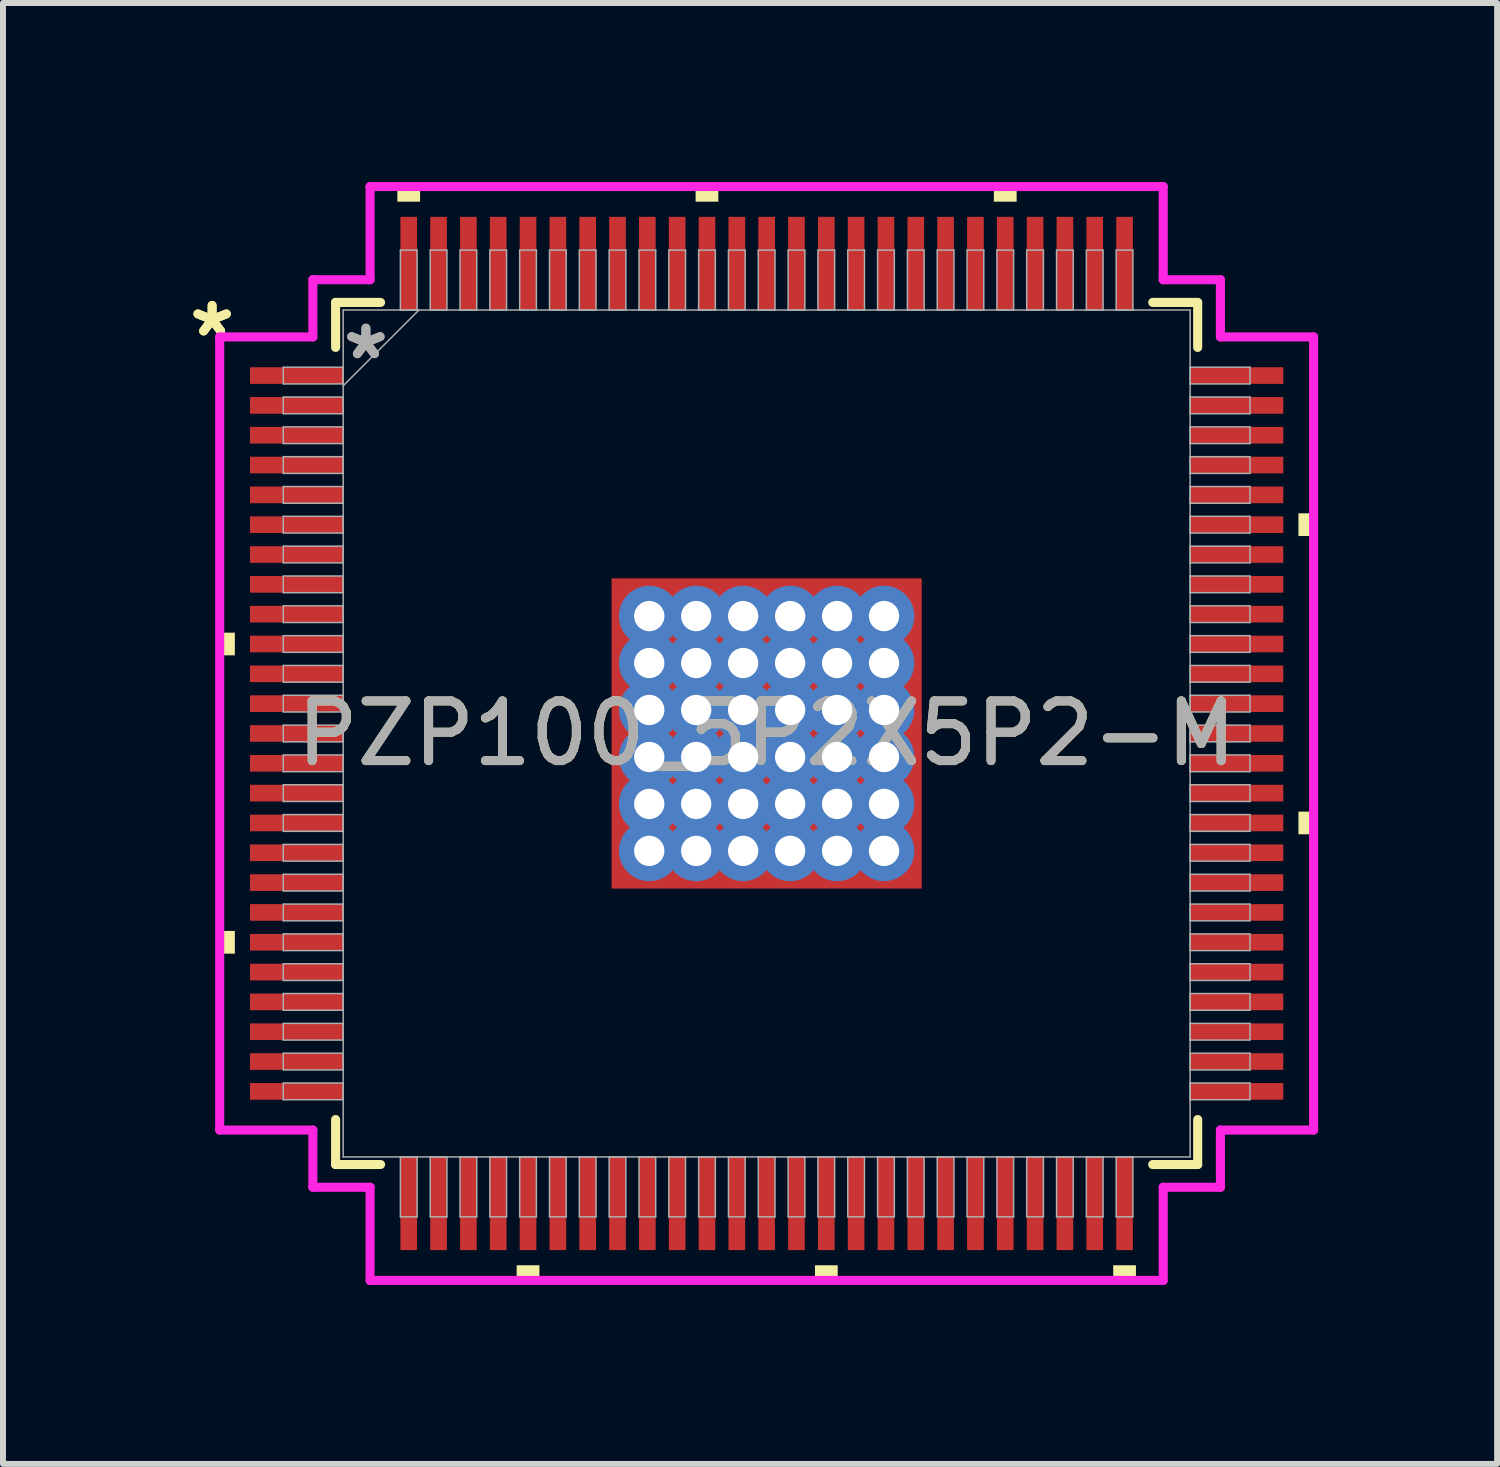
<source format=kicad_pcb>
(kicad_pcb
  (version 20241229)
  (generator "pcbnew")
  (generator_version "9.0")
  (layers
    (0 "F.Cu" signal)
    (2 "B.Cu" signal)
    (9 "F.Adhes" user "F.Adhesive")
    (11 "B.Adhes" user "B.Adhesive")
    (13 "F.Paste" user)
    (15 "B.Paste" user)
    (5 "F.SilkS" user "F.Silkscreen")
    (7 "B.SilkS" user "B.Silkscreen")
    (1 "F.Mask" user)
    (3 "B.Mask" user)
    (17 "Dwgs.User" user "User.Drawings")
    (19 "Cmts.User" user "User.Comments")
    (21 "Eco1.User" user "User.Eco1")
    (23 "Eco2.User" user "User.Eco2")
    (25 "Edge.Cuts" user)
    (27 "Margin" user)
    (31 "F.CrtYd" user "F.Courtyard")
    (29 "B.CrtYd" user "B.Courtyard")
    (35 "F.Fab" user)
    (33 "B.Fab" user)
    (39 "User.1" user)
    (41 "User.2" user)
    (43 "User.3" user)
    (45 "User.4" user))
  (footprint "PZP100_5P2X5P2-M"
    (layer "F.Cu")
    (at 9.802 9.246)
    (property "Reference" "PZP100_5P2X5P2-M" (at 0 0 0) (unlocked yes) (layer "F.SilkS") (effects (font (size 1 1) (thickness 0.15))))
    (attr smd)
    (fp_poly (pts (xy -2.663 -2.663) (xy -2.168 -2.663) (xy -2.168 2.663) (xy -2.663 2.663)) (stroke (width 0) (type solid)) (fill yes) (layer "F.Mask"))
    (fp_poly (pts (xy -2.663 -2.663) (xy 2.663 -2.663) (xy 2.663 -2.168) (xy -2.663 -2.168)) (stroke (width 0) (type solid)) (fill yes) (layer "F.Mask"))
    (fp_poly (pts (xy -2.663 -1.768) (xy 2.663 -1.768) (xy 2.663 -1.381) (xy -2.663 -1.381)) (stroke (width 0) (type solid)) (fill yes) (layer "F.Mask"))
    (fp_poly (pts (xy -2.663 -0.981) (xy 2.663 -0.981) (xy 2.663 -0.594) (xy -2.663 -0.594)) (stroke (width 0) (type solid)) (fill yes) (layer "F.Mask"))
    (fp_poly (pts (xy -2.663 -0.194) (xy 2.663 -0.194) (xy 2.663 0.194) (xy -2.663 0.194)) (stroke (width 0) (type solid)) (fill yes) (layer "F.Mask"))
    (fp_poly (pts (xy -2.663 0.594) (xy 2.663 0.594) (xy 2.663 0.981) (xy -2.663 0.981)) (stroke (width 0) (type solid)) (fill yes) (layer "F.Mask"))
    (fp_poly (pts (xy -2.663 1.381) (xy 2.663 1.381) (xy 2.663 1.768) (xy -2.663 1.768)) (stroke (width 0) (type solid)) (fill yes) (layer "F.Mask"))
    (fp_poly (pts (xy -2.663 2.168) (xy 2.663 2.168) (xy 2.663 2.663) (xy -2.663 2.663)) (stroke (width 0) (type solid)) (fill yes) (layer "F.Mask"))
    (fp_poly (pts (xy -1.381 -2.663) (xy -1.768 -2.663) (xy -1.768 2.663) (xy -1.381 2.663)) (stroke (width 0) (type solid)) (fill yes) (layer "F.Mask"))
    (fp_poly (pts (xy -0.594 -2.663) (xy -0.981 -2.663) (xy -0.981 2.663) (xy -0.594 2.663)) (stroke (width 0) (type solid)) (fill yes) (layer "F.Mask"))
    (fp_poly (pts (xy 0.194 -2.663) (xy -0.194 -2.663) (xy -0.194 2.663) (xy 0.194 2.663)) (stroke (width 0) (type solid)) (fill yes) (layer "F.Mask"))
    (fp_poly (pts (xy 0.981 -2.663) (xy 0.594 -2.663) (xy 0.594 2.663) (xy 0.981 2.663)) (stroke (width 0) (type solid)) (fill yes) (layer "F.Mask"))
    (fp_poly (pts (xy 1.768 -2.663) (xy 1.381 -2.663) (xy 1.381 2.663) (xy 1.768 2.663)) (stroke (width 0) (type solid)) (fill yes) (layer "F.Mask"))
    (fp_poly (pts (xy 2.168 -2.663) (xy 2.663 -2.663) (xy 2.663 2.663) (xy 2.168 2.663)) (stroke (width 0) (type solid)) (fill yes) (layer "F.Mask"))
    (fp_line (start -7.226 -7.226) (end -7.226 -6.472) (stroke (width 0.152) (type solid)) (layer "F.SilkS"))
    (fp_line (start -7.226 6.472) (end -7.226 7.226) (stroke (width 0.152) (type solid)) (layer "F.SilkS"))
    (fp_line (start -7.226 7.226) (end -6.472 7.226) (stroke (width 0.152) (type solid)) (layer "F.SilkS"))
    (fp_line (start -6.472 -7.226) (end -7.226 -7.226) (stroke (width 0.152) (type solid)) (layer "F.SilkS"))
    (fp_line (start 6.472 7.226) (end 7.226 7.226) (stroke (width 0.152) (type solid)) (layer "F.SilkS"))
    (fp_line (start 7.226 -7.226) (end 6.472 -7.226) (stroke (width 0.152) (type solid)) (layer "F.SilkS"))
    (fp_line (start 7.226 -6.472) (end 7.226 -7.226) (stroke (width 0.152) (type solid)) (layer "F.SilkS"))
    (fp_line (start 7.226 7.226) (end 7.226 6.472) (stroke (width 0.152) (type solid)) (layer "F.SilkS"))
    (fp_poly (pts (xy -9.169 -1.69) (xy -9.169 -1.31) (xy -8.915 -1.31) (xy -8.915 -1.69)) (stroke (width 0) (type solid)) (fill yes) (layer "F.SilkS"))
    (fp_poly (pts (xy -9.169 3.31) (xy -9.169 3.691) (xy -8.915 3.691) (xy -8.915 3.31)) (stroke (width 0) (type solid)) (fill yes) (layer "F.SilkS"))
    (fp_poly (pts (xy -6.191 -8.915) (xy -6.191 -9.169) (xy -5.81 -9.169) (xy -5.81 -8.915)) (stroke (width 0) (type solid)) (fill yes) (layer "F.SilkS"))
    (fp_poly (pts (xy -4.191 8.915) (xy -4.191 9.169) (xy -3.809 9.169) (xy -3.809 8.915)) (stroke (width 0) (type solid)) (fill yes) (layer "F.SilkS"))
    (fp_poly (pts (xy -1.191 -8.915) (xy -1.191 -9.169) (xy -0.81 -9.169) (xy -0.81 -8.915)) (stroke (width 0) (type solid)) (fill yes) (layer "F.SilkS"))
    (fp_poly (pts (xy 0.81 8.915) (xy 0.81 9.169) (xy 1.191 9.169) (xy 1.191 8.915)) (stroke (width 0) (type solid)) (fill yes) (layer "F.SilkS"))
    (fp_poly (pts (xy 3.809 -8.915) (xy 3.809 -9.169) (xy 4.191 -9.169) (xy 4.191 -8.915)) (stroke (width 0) (type solid)) (fill yes) (layer "F.SilkS"))
    (fp_poly (pts (xy 5.81 8.915) (xy 5.81 9.169) (xy 6.191 9.169) (xy 6.191 8.915)) (stroke (width 0) (type solid)) (fill yes) (layer "F.SilkS"))
    (fp_poly (pts (xy 9.169 -3.691) (xy 9.169 -3.31) (xy 8.915 -3.31) (xy 8.915 -3.691)) (stroke (width 0) (type solid)) (fill yes) (layer "F.SilkS"))
    (fp_poly (pts (xy 9.169 1.31) (xy 9.169 1.69) (xy 8.915 1.69) (xy 8.915 1.31)) (stroke (width 0) (type solid)) (fill yes) (layer "F.SilkS"))
    (fp_poly (pts (xy -2.525 -2.525) (xy -2.525 -2.068) (xy -2.21 -2.068) (xy -2.068 -2.21) (xy -2.068 -2.525)) (stroke (width 0) (type solid)) (fill yes) (layer "F.Paste"))
    (fp_poly (pts (xy -2.525 2.068) (xy -2.525 2.525) (xy -2.068 2.525) (xy -2.068 2.21) (xy -2.21 2.068)) (stroke (width 0) (type solid)) (fill yes) (layer "F.Paste"))
    (fp_poly (pts (xy 2.068 -2.525) (xy 2.068 -2.21) (xy 2.21 -2.068) (xy 2.525 -2.068) (xy 2.525 -2.525)) (stroke (width 0) (type solid)) (fill yes) (layer "F.Paste"))
    (fp_poly (pts (xy 2.21 2.068) (xy 2.068 2.21) (xy 2.068 2.525) (xy 2.525 2.525) (xy 2.525 2.068)) (stroke (width 0) (type solid)) (fill yes) (layer "F.Paste"))
    (fp_poly (pts (xy -2.525 -1.869) (xy -2.525 -1.281) (xy -2.21 -1.281) (xy -2.068 -1.423) (xy -2.068 -1.727) (xy -2.21 -1.869)) (stroke (width 0) (type solid)) (fill yes) (layer "F.Paste"))
    (fp_poly (pts (xy -2.525 -1.081) (xy -2.525 -0.494) (xy -2.21 -0.494) (xy -2.068 -0.635) (xy -2.068 -0.94) (xy -2.21 -1.081)) (stroke (width 0) (type solid)) (fill yes) (layer "F.Paste"))
    (fp_poly (pts (xy -2.525 -0.294) (xy -2.525 0.294) (xy -2.21 0.294) (xy -2.068 0.152) (xy -2.068 -0.152) (xy -2.21 -0.294)) (stroke (width 0) (type solid)) (fill yes) (layer "F.Paste"))
    (fp_poly (pts (xy -2.525 0.494) (xy -2.525 1.081) (xy -2.21 1.081) (xy -2.068 0.94) (xy -2.068 0.635) (xy -2.21 0.494)) (stroke (width 0) (type solid)) (fill yes) (layer "F.Paste"))
    (fp_poly (pts (xy -2.525 1.281) (xy -2.525 1.869) (xy -2.21 1.869) (xy -2.068 1.727) (xy -2.068 1.423) (xy -2.21 1.281)) (stroke (width 0) (type solid)) (fill yes) (layer "F.Paste"))
    (fp_poly (pts (xy -1.869 -2.525) (xy -1.869 -2.21) (xy -1.727 -2.068) (xy -1.423 -2.068) (xy -1.281 -2.21) (xy -1.281 -2.525)) (stroke (width 0) (type solid)) (fill yes) (layer "F.Paste"))
    (fp_poly (pts (xy -1.727 2.068) (xy -1.869 2.21) (xy -1.869 2.525) (xy -1.281 2.525) (xy -1.281 2.21) (xy -1.423 2.068)) (stroke (width 0) (type solid)) (fill yes) (layer "F.Paste"))
    (fp_poly (pts (xy -1.081 -2.525) (xy -1.081 -2.21) (xy -0.94 -2.068) (xy -0.635 -2.068) (xy -0.494 -2.21) (xy -0.494 -2.525)) (stroke (width 0) (type solid)) (fill yes) (layer "F.Paste"))
    (fp_poly (pts (xy -0.94 2.068) (xy -1.081 2.21) (xy -1.081 2.525) (xy -0.494 2.525) (xy -0.494 2.21) (xy -0.635 2.068)) (stroke (width 0) (type solid)) (fill yes) (layer "F.Paste"))
    (fp_poly (pts (xy -0.294 -2.525) (xy -0.294 -2.21) (xy -0.152 -2.068) (xy 0.152 -2.068) (xy 0.294 -2.21) (xy 0.294 -2.525)) (stroke (width 0) (type solid)) (fill yes) (layer "F.Paste"))
    (fp_poly (pts (xy -0.152 2.068) (xy -0.294 2.21) (xy -0.294 2.525) (xy 0.294 2.525) (xy 0.294 2.21) (xy 0.152 2.068)) (stroke (width 0) (type solid)) (fill yes) (layer "F.Paste"))
    (fp_poly (pts (xy 0.494 -2.525) (xy 0.494 -2.21) (xy 0.635 -2.068) (xy 0.94 -2.068) (xy 1.081 -2.21) (xy 1.081 -2.525)) (stroke (width 0) (type solid)) (fill yes) (layer "F.Paste"))
    (fp_poly (pts (xy 0.635 2.068) (xy 0.494 2.21) (xy 0.494 2.525) (xy 1.081 2.525) (xy 1.081 2.21) (xy 0.94 2.068)) (stroke (width 0) (type solid)) (fill yes) (layer "F.Paste"))
    (fp_poly (pts (xy 1.281 -2.525) (xy 1.281 -2.21) (xy 1.423 -2.068) (xy 1.727 -2.068) (xy 1.869 -2.21) (xy 1.869 -2.525)) (stroke (width 0) (type solid)) (fill yes) (layer "F.Paste"))
    (fp_poly (pts (xy 1.423 2.068) (xy 1.281 2.21) (xy 1.281 2.525) (xy 1.869 2.525) (xy 1.869 2.21) (xy 1.727 2.068)) (stroke (width 0) (type solid)) (fill yes) (layer "F.Paste"))
    (fp_poly (pts (xy 2.21 -1.869) (xy 2.068 -1.727) (xy 2.068 -1.423) (xy 2.21 -1.281) (xy 2.525 -1.281) (xy 2.525 -1.869)) (stroke (width 0) (type solid)) (fill yes) (layer "F.Paste"))
    (fp_poly (pts (xy 2.21 -1.081) (xy 2.068 -0.94) (xy 2.068 -0.635) (xy 2.21 -0.494) (xy 2.525 -0.494) (xy 2.525 -1.081)) (stroke (width 0) (type solid)) (fill yes) (layer "F.Paste"))
    (fp_poly (pts (xy 2.21 -0.294) (xy 2.068 -0.152) (xy 2.068 0.152) (xy 2.21 0.294) (xy 2.525 0.294) (xy 2.525 -0.294)) (stroke (width 0) (type solid)) (fill yes) (layer "F.Paste"))
    (fp_poly (pts (xy 2.21 0.494) (xy 2.068 0.635) (xy 2.068 0.94) (xy 2.21 1.081) (xy 2.525 1.081) (xy 2.525 0.494)) (stroke (width 0) (type solid)) (fill yes) (layer "F.Paste"))
    (fp_poly (pts (xy 2.21 1.281) (xy 2.068 1.423) (xy 2.068 1.727) (xy 2.21 1.869) (xy 2.525 1.869) (xy 2.525 1.281)) (stroke (width 0) (type solid)) (fill yes) (layer "F.Paste"))
    (fp_poly (pts (xy -1.727 -1.869) (xy -1.869 -1.727) (xy -1.869 -1.423) (xy -1.727 -1.281) (xy -1.423 -1.281) (xy -1.281 -1.423) (xy -1.281 -1.727) (xy -1.423 -1.869)) (stroke (width 0) (type solid)) (fill yes) (layer "F.Paste"))
    (fp_poly (pts (xy -1.727 -1.081) (xy -1.869 -0.94) (xy -1.869 -0.635) (xy -1.727 -0.494) (xy -1.423 -0.494) (xy -1.281 -0.635) (xy -1.281 -0.94) (xy -1.423 -1.081)) (stroke (width 0) (type solid)) (fill yes) (layer "F.Paste"))
    (fp_poly (pts (xy -1.727 -0.294) (xy -1.869 -0.152) (xy -1.869 0.152) (xy -1.727 0.294) (xy -1.423 0.294) (xy -1.281 0.152) (xy -1.281 -0.152) (xy -1.423 -0.294)) (stroke (width 0) (type solid)) (fill yes) (layer "F.Paste"))
    (fp_poly (pts (xy -1.727 0.494) (xy -1.869 0.635) (xy -1.869 0.94) (xy -1.727 1.081) (xy -1.423 1.081) (xy -1.281 0.94) (xy -1.281 0.635) (xy -1.423 0.494)) (stroke (width 0) (type solid)) (fill yes) (layer "F.Paste"))
    (fp_poly (pts (xy -1.727 1.281) (xy -1.869 1.423) (xy -1.869 1.727) (xy -1.727 1.869) (xy -1.423 1.869) (xy -1.281 1.727) (xy -1.281 1.423) (xy -1.423 1.281)) (stroke (width 0) (type solid)) (fill yes) (layer "F.Paste"))
    (fp_poly (pts (xy -0.94 -1.869) (xy -1.081 -1.727) (xy -1.081 -1.423) (xy -0.94 -1.281) (xy -0.635 -1.281) (xy -0.494 -1.423) (xy -0.494 -1.727) (xy -0.635 -1.869)) (stroke (width 0) (type solid)) (fill yes) (layer "F.Paste"))
    (fp_poly (pts (xy -0.94 -1.081) (xy -1.081 -0.94) (xy -1.081 -0.635) (xy -0.94 -0.494) (xy -0.635 -0.494) (xy -0.494 -0.635) (xy -0.494 -0.94) (xy -0.635 -1.081)) (stroke (width 0) (type solid)) (fill yes) (layer "F.Paste"))
    (fp_poly (pts (xy -0.94 -0.294) (xy -1.081 -0.152) (xy -1.081 0.152) (xy -0.94 0.294) (xy -0.635 0.294) (xy -0.494 0.152) (xy -0.494 -0.152) (xy -0.635 -0.294)) (stroke (width 0) (type solid)) (fill yes) (layer "F.Paste"))
    (fp_poly (pts (xy -0.94 0.494) (xy -1.081 0.635) (xy -1.081 0.94) (xy -0.94 1.081) (xy -0.635 1.081) (xy -0.494 0.94) (xy -0.494 0.635) (xy -0.635 0.494)) (stroke (width 0) (type solid)) (fill yes) (layer "F.Paste"))
    (fp_poly (pts (xy -0.94 1.281) (xy -1.081 1.423) (xy -1.081 1.727) (xy -0.94 1.869) (xy -0.635 1.869) (xy -0.494 1.727) (xy -0.494 1.423) (xy -0.635 1.281)) (stroke (width 0) (type solid)) (fill yes) (layer "F.Paste"))
    (fp_poly (pts (xy -0.152 -1.869) (xy -0.294 -1.727) (xy -0.294 -1.423) (xy -0.152 -1.281) (xy 0.152 -1.281) (xy 0.294 -1.423) (xy 0.294 -1.727) (xy 0.152 -1.869)) (stroke (width 0) (type solid)) (fill yes) (layer "F.Paste"))
    (fp_poly (pts (xy -0.152 -1.081) (xy -0.294 -0.94) (xy -0.294 -0.635) (xy -0.152 -0.494) (xy 0.152 -0.494) (xy 0.294 -0.635) (xy 0.294 -0.94) (xy 0.152 -1.081)) (stroke (width 0) (type solid)) (fill yes) (layer "F.Paste"))
    (fp_poly (pts (xy -0.152 -0.294) (xy -0.294 -0.152) (xy -0.294 0.152) (xy -0.152 0.294) (xy 0.152 0.294) (xy 0.294 0.152) (xy 0.294 -0.152) (xy 0.152 -0.294)) (stroke (width 0) (type solid)) (fill yes) (layer "F.Paste"))
    (fp_poly (pts (xy -0.152 0.494) (xy -0.294 0.635) (xy -0.294 0.94) (xy -0.152 1.081) (xy 0.152 1.081) (xy 0.294 0.94) (xy 0.294 0.635) (xy 0.152 0.494)) (stroke (width 0) (type solid)) (fill yes) (layer "F.Paste"))
    (fp_poly (pts (xy -0.152 1.281) (xy -0.294 1.423) (xy -0.294 1.727) (xy -0.152 1.869) (xy 0.152 1.869) (xy 0.294 1.727) (xy 0.294 1.423) (xy 0.152 1.281)) (stroke (width 0) (type solid)) (fill yes) (layer "F.Paste"))
    (fp_poly (pts (xy 0.635 -1.869) (xy 0.494 -1.727) (xy 0.494 -1.423) (xy 0.635 -1.281) (xy 0.94 -1.281) (xy 1.081 -1.423) (xy 1.081 -1.727) (xy 0.94 -1.869)) (stroke (width 0) (type solid)) (fill yes) (layer "F.Paste"))
    (fp_poly (pts (xy 0.635 -1.081) (xy 0.494 -0.94) (xy 0.494 -0.635) (xy 0.635 -0.494) (xy 0.94 -0.494) (xy 1.081 -0.635) (xy 1.081 -0.94) (xy 0.94 -1.081)) (stroke (width 0) (type solid)) (fill yes) (layer "F.Paste"))
    (fp_poly (pts (xy 0.635 -0.294) (xy 0.494 -0.152) (xy 0.494 0.152) (xy 0.635 0.294) (xy 0.94 0.294) (xy 1.081 0.152) (xy 1.081 -0.152) (xy 0.94 -0.294)) (stroke (width 0) (type solid)) (fill yes) (layer "F.Paste"))
    (fp_poly (pts (xy 0.635 0.494) (xy 0.494 0.635) (xy 0.494 0.94) (xy 0.635 1.081) (xy 0.94 1.081) (xy 1.081 0.94) (xy 1.081 0.635) (xy 0.94 0.494)) (stroke (width 0) (type solid)) (fill yes) (layer "F.Paste"))
    (fp_poly (pts (xy 0.635 1.281) (xy 0.494 1.423) (xy 0.494 1.727) (xy 0.635 1.869) (xy 0.94 1.869) (xy 1.081 1.727) (xy 1.081 1.423) (xy 0.94 1.281)) (stroke (width 0) (type solid)) (fill yes) (layer "F.Paste"))
    (fp_poly (pts (xy 1.423 -1.869) (xy 1.281 -1.727) (xy 1.281 -1.423) (xy 1.423 -1.281) (xy 1.727 -1.281) (xy 1.869 -1.423) (xy 1.869 -1.727) (xy 1.727 -1.869)) (stroke (width 0) (type solid)) (fill yes) (layer "F.Paste"))
    (fp_poly (pts (xy 1.423 -1.081) (xy 1.281 -0.94) (xy 1.281 -0.635) (xy 1.423 -0.494) (xy 1.727 -0.494) (xy 1.869 -0.635) (xy 1.869 -0.94) (xy 1.727 -1.081)) (stroke (width 0) (type solid)) (fill yes) (layer "F.Paste"))
    (fp_poly (pts (xy 1.423 -0.294) (xy 1.281 -0.152) (xy 1.281 0.152) (xy 1.423 0.294) (xy 1.727 0.294) (xy 1.869 0.152) (xy 1.869 -0.152) (xy 1.727 -0.294)) (stroke (width 0) (type solid)) (fill yes) (layer "F.Paste"))
    (fp_poly (pts (xy 1.423 0.494) (xy 1.281 0.635) (xy 1.281 0.94) (xy 1.423 1.081) (xy 1.727 1.081) (xy 1.869 0.94) (xy 1.869 0.635) (xy 1.727 0.494)) (stroke (width 0) (type solid)) (fill yes) (layer "F.Paste"))
    (fp_poly (pts (xy 1.423 1.281) (xy 1.281 1.423) (xy 1.281 1.727) (xy 1.423 1.869) (xy 1.727 1.869) (xy 1.869 1.727) (xy 1.869 1.423) (xy 1.727 1.281)) (stroke (width 0) (type solid)) (fill yes) (layer "F.Paste"))
    (fp_line (start -9.169 -6.648) (end -7.607 -6.648) (stroke (width 0.152) (type solid)) (layer "F.CrtYd"))
    (fp_line (start -9.169 6.648) (end -9.169 -6.648) (stroke (width 0.152) (type solid)) (layer "F.CrtYd"))
    (fp_line (start -7.607 -7.607) (end -6.648 -7.607) (stroke (width 0.152) (type solid)) (layer "F.CrtYd"))
    (fp_line (start -7.607 -6.648) (end -7.607 -7.607) (stroke (width 0.152) (type solid)) (layer "F.CrtYd"))
    (fp_line (start -7.607 6.648) (end -9.169 6.648) (stroke (width 0.152) (type solid)) (layer "F.CrtYd"))
    (fp_line (start -7.607 7.607) (end -7.607 6.648) (stroke (width 0.152) (type solid)) (layer "F.CrtYd"))
    (fp_line (start -7.607 7.607) (end -6.648 7.607) (stroke (width 0.152) (type solid)) (layer "F.CrtYd"))
    (fp_line (start -6.648 -9.169) (end 6.648 -9.169) (stroke (width 0.152) (type solid)) (layer "F.CrtYd"))
    (fp_line (start -6.648 -7.607) (end -6.648 -9.169) (stroke (width 0.152) (type solid)) (layer "F.CrtYd"))
    (fp_line (start -6.648 7.607) (end -6.648 9.169) (stroke (width 0.152) (type solid)) (layer "F.CrtYd"))
    (fp_line (start -6.648 9.169) (end 6.648 9.169) (stroke (width 0.152) (type solid)) (layer "F.CrtYd"))
    (fp_line (start 6.648 -9.169) (end 6.648 -7.607) (stroke (width 0.152) (type solid)) (layer "F.CrtYd"))
    (fp_line (start 6.648 -7.607) (end 7.607 -7.607) (stroke (width 0.152) (type solid)) (layer "F.CrtYd"))
    (fp_line (start 6.648 7.607) (end 7.607 7.607) (stroke (width 0.152) (type solid)) (layer "F.CrtYd"))
    (fp_line (start 6.648 9.169) (end 6.648 7.607) (stroke (width 0.152) (type solid)) (layer "F.CrtYd"))
    (fp_line (start 7.607 -6.648) (end 7.607 -7.607) (stroke (width 0.152) (type solid)) (layer "F.CrtYd"))
    (fp_line (start 7.607 6.648) (end 9.169 6.648) (stroke (width 0.152) (type solid)) (layer "F.CrtYd"))
    (fp_line (start 7.607 7.607) (end 7.607 6.648) (stroke (width 0.152) (type solid)) (layer "F.CrtYd"))
    (fp_line (start 9.169 -6.648) (end 7.607 -6.648) (stroke (width 0.152) (type solid)) (layer "F.CrtYd"))
    (fp_line (start 9.169 6.648) (end 9.169 -6.648) (stroke (width 0.152) (type solid)) (layer "F.CrtYd"))
    (fp_line (start -8.103 -6.14) (end -8.103 -5.86) (stroke (width 0.025) (type solid)) (layer "F.Fab"))
    (fp_line (start -8.103 -5.86) (end -7.099 -5.86) (stroke (width 0.025) (type solid)) (layer "F.Fab"))
    (fp_line (start -8.103 -5.64) (end -8.103 -5.36) (stroke (width 0.025) (type solid)) (layer "F.Fab"))
    (fp_line (start -8.103 -5.36) (end -7.099 -5.36) (stroke (width 0.025) (type solid)) (layer "F.Fab"))
    (fp_line (start -8.103 -5.14) (end -8.103 -4.86) (stroke (width 0.025) (type solid)) (layer "F.Fab"))
    (fp_line (start -8.103 -4.86) (end -7.099 -4.86) (stroke (width 0.025) (type solid)) (layer "F.Fab"))
    (fp_line (start -8.103 -4.64) (end -8.103 -4.36) (stroke (width 0.025) (type solid)) (layer "F.Fab"))
    (fp_line (start -8.103 -4.36) (end -7.099 -4.36) (stroke (width 0.025) (type solid)) (layer "F.Fab"))
    (fp_line (start -8.103 -4.14) (end -8.103 -3.86) (stroke (width 0.025) (type solid)) (layer "F.Fab"))
    (fp_line (start -8.103 -3.86) (end -7.099 -3.86) (stroke (width 0.025) (type solid)) (layer "F.Fab"))
    (fp_line (start -8.103 -3.64) (end -8.103 -3.36) (stroke (width 0.025) (type solid)) (layer "F.Fab"))
    (fp_line (start -8.103 -3.36) (end -7.099 -3.36) (stroke (width 0.025) (type solid)) (layer "F.Fab"))
    (fp_line (start -8.103 -3.14) (end -8.103 -2.86) (stroke (width 0.025) (type solid)) (layer "F.Fab"))
    (fp_line (start -8.103 -2.86) (end -7.099 -2.86) (stroke (width 0.025) (type solid)) (layer "F.Fab"))
    (fp_line (start -8.103 -2.64) (end -8.103 -2.36) (stroke (width 0.025) (type solid)) (layer "F.Fab"))
    (fp_line (start -8.103 -2.36) (end -7.099 -2.36) (stroke (width 0.025) (type solid)) (layer "F.Fab"))
    (fp_line (start -8.103 -2.14) (end -8.103 -1.86) (stroke (width 0.025) (type solid)) (layer "F.Fab"))
    (fp_line (start -8.103 -1.86) (end -7.099 -1.86) (stroke (width 0.025) (type solid)) (layer "F.Fab"))
    (fp_line (start -8.103 -1.64) (end -8.103 -1.36) (stroke (width 0.025) (type solid)) (layer "F.Fab"))
    (fp_line (start -8.103 -1.36) (end -7.099 -1.36) (stroke (width 0.025) (type solid)) (layer "F.Fab"))
    (fp_line (start -8.103 -1.14) (end -8.103 -0.86) (stroke (width 0.025) (type solid)) (layer "F.Fab"))
    (fp_line (start -8.103 -0.86) (end -7.099 -0.86) (stroke (width 0.025) (type solid)) (layer "F.Fab"))
    (fp_line (start -8.103 -0.64) (end -8.103 -0.36) (stroke (width 0.025) (type solid)) (layer "F.Fab"))
    (fp_line (start -8.103 -0.36) (end -7.099 -0.36) (stroke (width 0.025) (type solid)) (layer "F.Fab"))
    (fp_line (start -8.103 -0.14) (end -8.103 0.14) (stroke (width 0.025) (type solid)) (layer "F.Fab"))
    (fp_line (start -8.103 0.14) (end -7.099 0.14) (stroke (width 0.025) (type solid)) (layer "F.Fab"))
    (fp_line (start -8.103 0.36) (end -8.103 0.64) (stroke (width 0.025) (type solid)) (layer "F.Fab"))
    (fp_line (start -8.103 0.64) (end -7.099 0.64) (stroke (width 0.025) (type solid)) (layer "F.Fab"))
    (fp_line (start -8.103 0.86) (end -8.103 1.14) (stroke (width 0.025) (type solid)) (layer "F.Fab"))
    (fp_line (start -8.103 1.14) (end -7.099 1.14) (stroke (width 0.025) (type solid)) (layer "F.Fab"))
    (fp_line (start -8.103 1.36) (end -8.103 1.64) (stroke (width 0.025) (type solid)) (layer "F.Fab"))
    (fp_line (start -8.103 1.64) (end -7.099 1.64) (stroke (width 0.025) (type solid)) (layer "F.Fab"))
    (fp_line (start -8.103 1.86) (end -8.103 2.14) (stroke (width 0.025) (type solid)) (layer "F.Fab"))
    (fp_line (start -8.103 2.14) (end -7.099 2.14) (stroke (width 0.025) (type solid)) (layer "F.Fab"))
    (fp_line (start -8.103 2.36) (end -8.103 2.64) (stroke (width 0.025) (type solid)) (layer "F.Fab"))
    (fp_line (start -8.103 2.64) (end -7.099 2.64) (stroke (width 0.025) (type solid)) (layer "F.Fab"))
    (fp_line (start -8.103 2.86) (end -8.103 3.14) (stroke (width 0.025) (type solid)) (layer "F.Fab"))
    (fp_line (start -8.103 3.14) (end -7.099 3.14) (stroke (width 0.025) (type solid)) (layer "F.Fab"))
    (fp_line (start -8.103 3.36) (end -8.103 3.64) (stroke (width 0.025) (type solid)) (layer "F.Fab"))
    (fp_line (start -8.103 3.64) (end -7.099 3.64) (stroke (width 0.025) (type solid)) (layer "F.Fab"))
    (fp_line (start -8.103 3.86) (end -8.103 4.14) (stroke (width 0.025) (type solid)) (layer "F.Fab"))
    (fp_line (start -8.103 4.14) (end -7.099 4.14) (stroke (width 0.025) (type solid)) (layer "F.Fab"))
    (fp_line (start -8.103 4.36) (end -8.103 4.64) (stroke (width 0.025) (type solid)) (layer "F.Fab"))
    (fp_line (start -8.103 4.64) (end -7.099 4.64) (stroke (width 0.025) (type solid)) (layer "F.Fab"))
    (fp_line (start -8.103 4.86) (end -8.103 5.14) (stroke (width 0.025) (type solid)) (layer "F.Fab"))
    (fp_line (start -8.103 5.14) (end -7.099 5.14) (stroke (width 0.025) (type solid)) (layer "F.Fab"))
    (fp_line (start -8.103 5.36) (end -8.103 5.64) (stroke (width 0.025) (type solid)) (layer "F.Fab"))
    (fp_line (start -8.103 5.64) (end -7.099 5.64) (stroke (width 0.025) (type solid)) (layer "F.Fab"))
    (fp_line (start -8.103 5.86) (end -8.103 6.14) (stroke (width 0.025) (type solid)) (layer "F.Fab"))
    (fp_line (start -8.103 6.14) (end -7.099 6.14) (stroke (width 0.025) (type solid)) (layer "F.Fab"))
    (fp_line (start -7.099 -7.099) (end -7.099 7.099) (stroke (width 0.025) (type solid)) (layer "F.Fab"))
    (fp_line (start -7.099 -6.14) (end -8.103 -6.14) (stroke (width 0.025) (type solid)) (layer "F.Fab"))
    (fp_line (start -7.099 -5.86) (end -7.099 -6.14) (stroke (width 0.025) (type solid)) (layer "F.Fab"))
    (fp_line (start -7.099 -5.829) (end -5.829 -7.099) (stroke (width 0.025) (type solid)) (layer "F.Fab"))
    (fp_line (start -7.099 -5.64) (end -8.103 -5.64) (stroke (width 0.025) (type solid)) (layer "F.Fab"))
    (fp_line (start -7.099 -5.36) (end -7.099 -5.64) (stroke (width 0.025) (type solid)) (layer "F.Fab"))
    (fp_line (start -7.099 -5.14) (end -8.103 -5.14) (stroke (width 0.025) (type solid)) (layer "F.Fab"))
    (fp_line (start -7.099 -4.86) (end -7.099 -5.14) (stroke (width 0.025) (type solid)) (layer "F.Fab"))
    (fp_line (start -7.099 -4.64) (end -8.103 -4.64) (stroke (width 0.025) (type solid)) (layer "F.Fab"))
    (fp_line (start -7.099 -4.36) (end -7.099 -4.64) (stroke (width 0.025) (type solid)) (layer "F.Fab"))
    (fp_line (start -7.099 -4.14) (end -8.103 -4.14) (stroke (width 0.025) (type solid)) (layer "F.Fab"))
    (fp_line (start -7.099 -3.86) (end -7.099 -4.14) (stroke (width 0.025) (type solid)) (layer "F.Fab"))
    (fp_line (start -7.099 -3.64) (end -8.103 -3.64) (stroke (width 0.025) (type solid)) (layer "F.Fab"))
    (fp_line (start -7.099 -3.36) (end -7.099 -3.64) (stroke (width 0.025) (type solid)) (layer "F.Fab"))
    (fp_line (start -7.099 -3.14) (end -8.103 -3.14) (stroke (width 0.025) (type solid)) (layer "F.Fab"))
    (fp_line (start -7.099 -2.86) (end -7.099 -3.14) (stroke (width 0.025) (type solid)) (layer "F.Fab"))
    (fp_line (start -7.099 -2.64) (end -8.103 -2.64) (stroke (width 0.025) (type solid)) (layer "F.Fab"))
    (fp_line (start -7.099 -2.36) (end -7.099 -2.64) (stroke (width 0.025) (type solid)) (layer "F.Fab"))
    (fp_line (start -7.099 -2.14) (end -8.103 -2.14) (stroke (width 0.025) (type solid)) (layer "F.Fab"))
    (fp_line (start -7.099 -1.86) (end -7.099 -2.14) (stroke (width 0.025) (type solid)) (layer "F.Fab"))
    (fp_line (start -7.099 -1.64) (end -8.103 -1.64) (stroke (width 0.025) (type solid)) (layer "F.Fab"))
    (fp_line (start -7.099 -1.36) (end -7.099 -1.64) (stroke (width 0.025) (type solid)) (layer "F.Fab"))
    (fp_line (start -7.099 -1.14) (end -8.103 -1.14) (stroke (width 0.025) (type solid)) (layer "F.Fab"))
    (fp_line (start -7.099 -0.86) (end -7.099 -1.14) (stroke (width 0.025) (type solid)) (layer "F.Fab"))
    (fp_line (start -7.099 -0.64) (end -8.103 -0.64) (stroke (width 0.025) (type solid)) (layer "F.Fab"))
    (fp_line (start -7.099 -0.36) (end -7.099 -0.64) (stroke (width 0.025) (type solid)) (layer "F.Fab"))
    (fp_line (start -7.099 -0.14) (end -8.103 -0.14) (stroke (width 0.025) (type solid)) (layer "F.Fab"))
    (fp_line (start -7.099 0.14) (end -7.099 -0.14) (stroke (width 0.025) (type solid)) (layer "F.Fab"))
    (fp_line (start -7.099 0.36) (end -8.103 0.36) (stroke (width 0.025) (type solid)) (layer "F.Fab"))
    (fp_line (start -7.099 0.64) (end -7.099 0.36) (stroke (width 0.025) (type solid)) (layer "F.Fab"))
    (fp_line (start -7.099 0.86) (end -8.103 0.86) (stroke (width 0.025) (type solid)) (layer "F.Fab"))
    (fp_line (start -7.099 1.14) (end -7.099 0.86) (stroke (width 0.025) (type solid)) (layer "F.Fab"))
    (fp_line (start -7.099 1.36) (end -8.103 1.36) (stroke (width 0.025) (type solid)) (layer "F.Fab"))
    (fp_line (start -7.099 1.64) (end -7.099 1.36) (stroke (width 0.025) (type solid)) (layer "F.Fab"))
    (fp_line (start -7.099 1.86) (end -8.103 1.86) (stroke (width 0.025) (type solid)) (layer "F.Fab"))
    (fp_line (start -7.099 2.14) (end -7.099 1.86) (stroke (width 0.025) (type solid)) (layer "F.Fab"))
    (fp_line (start -7.099 2.36) (end -8.103 2.36) (stroke (width 0.025) (type solid)) (layer "F.Fab"))
    (fp_line (start -7.099 2.64) (end -7.099 2.36) (stroke (width 0.025) (type solid)) (layer "F.Fab"))
    (fp_line (start -7.099 2.86) (end -8.103 2.86) (stroke (width 0.025) (type solid)) (layer "F.Fab"))
    (fp_line (start -7.099 3.14) (end -7.099 2.86) (stroke (width 0.025) (type solid)) (layer "F.Fab"))
    (fp_line (start -7.099 3.36) (end -8.103 3.36) (stroke (width 0.025) (type solid)) (layer "F.Fab"))
    (fp_line (start -7.099 3.64) (end -7.099 3.36) (stroke (width 0.025) (type solid)) (layer "F.Fab"))
    (fp_line (start -7.099 3.86) (end -8.103 3.86) (stroke (width 0.025) (type solid)) (layer "F.Fab"))
    (fp_line (start -7.099 4.14) (end -7.099 3.86) (stroke (width 0.025) (type solid)) (layer "F.Fab"))
    (fp_line (start -7.099 4.36) (end -8.103 4.36) (stroke (width 0.025) (type solid)) (layer "F.Fab"))
    (fp_line (start -7.099 4.64) (end -7.099 4.36) (stroke (width 0.025) (type solid)) (layer "F.Fab"))
    (fp_line (start -7.099 4.86) (end -8.103 4.86) (stroke (width 0.025) (type solid)) (layer "F.Fab"))
    (fp_line (start -7.099 5.14) (end -7.099 4.86) (stroke (width 0.025) (type solid)) (layer "F.Fab"))
    (fp_line (start -7.099 5.36) (end -8.103 5.36) (stroke (width 0.025) (type solid)) (layer "F.Fab"))
    (fp_line (start -7.099 5.64) (end -7.099 5.36) (stroke (width 0.025) (type solid)) (layer "F.Fab"))
    (fp_line (start -7.099 5.86) (end -8.103 5.86) (stroke (width 0.025) (type solid)) (layer "F.Fab"))
    (fp_line (start -7.099 6.14) (end -7.099 5.86) (stroke (width 0.025) (type solid)) (layer "F.Fab"))
    (fp_line (start -7.099 7.099) (end 7.099 7.099) (stroke (width 0.025) (type solid)) (layer "F.Fab"))
    (fp_line (start -6.14 -8.103) (end -6.14 -7.099) (stroke (width 0.025) (type solid)) (layer "F.Fab"))
    (fp_line (start -6.14 -7.099) (end -5.86 -7.099) (stroke (width 0.025) (type solid)) (layer "F.Fab"))
    (fp_line (start -6.14 7.099) (end -6.14 8.103) (stroke (width 0.025) (type solid)) (layer "F.Fab"))
    (fp_line (start -6.14 8.103) (end -5.86 8.103) (stroke (width 0.025) (type solid)) (layer "F.Fab"))
    (fp_line (start -5.86 -8.103) (end -6.14 -8.103) (stroke (width 0.025) (type solid)) (layer "F.Fab"))
    (fp_line (start -5.86 -7.099) (end -5.86 -8.103) (stroke (width 0.025) (type solid)) (layer "F.Fab"))
    (fp_line (start -5.86 7.099) (end -6.14 7.099) (stroke (width 0.025) (type solid)) (layer "F.Fab"))
    (fp_line (start -5.86 8.103) (end -5.86 7.099) (stroke (width 0.025) (type solid)) (layer "F.Fab"))
    (fp_line (start -5.64 -8.103) (end -5.64 -7.099) (stroke (width 0.025) (type solid)) (layer "F.Fab"))
    (fp_line (start -5.64 -7.099) (end -5.36 -7.099) (stroke (width 0.025) (type solid)) (layer "F.Fab"))
    (fp_line (start -5.64 7.099) (end -5.64 8.103) (stroke (width 0.025) (type solid)) (layer "F.Fab"))
    (fp_line (start -5.64 8.103) (end -5.36 8.103) (stroke (width 0.025) (type solid)) (layer "F.Fab"))
    (fp_line (start -5.36 -8.103) (end -5.64 -8.103) (stroke (width 0.025) (type solid)) (layer "F.Fab"))
    (fp_line (start -5.36 -7.099) (end -5.36 -8.103) (stroke (width 0.025) (type solid)) (layer "F.Fab"))
    (fp_line (start -5.36 7.099) (end -5.64 7.099) (stroke (width 0.025) (type solid)) (layer "F.Fab"))
    (fp_line (start -5.36 8.103) (end -5.36 7.099) (stroke (width 0.025) (type solid)) (layer "F.Fab"))
    (fp_line (start -5.14 -8.103) (end -5.14 -7.099) (stroke (width 0.025) (type solid)) (layer "F.Fab"))
    (fp_line (start -5.14 -7.099) (end -4.86 -7.099) (stroke (width 0.025) (type solid)) (layer "F.Fab"))
    (fp_line (start -5.14 7.099) (end -5.14 8.103) (stroke (width 0.025) (type solid)) (layer "F.Fab"))
    (fp_line (start -5.14 8.103) (end -4.86 8.103) (stroke (width 0.025) (type solid)) (layer "F.Fab"))
    (fp_line (start -4.86 -8.103) (end -5.14 -8.103) (stroke (width 0.025) (type solid)) (layer "F.Fab"))
    (fp_line (start -4.86 -7.099) (end -4.86 -8.103) (stroke (width 0.025) (type solid)) (layer "F.Fab"))
    (fp_line (start -4.86 7.099) (end -5.14 7.099) (stroke (width 0.025) (type solid)) (layer "F.Fab"))
    (fp_line (start -4.86 8.103) (end -4.86 7.099) (stroke (width 0.025) (type solid)) (layer "F.Fab"))
    (fp_line (start -4.64 -8.103) (end -4.64 -7.099) (stroke (width 0.025) (type solid)) (layer "F.Fab"))
    (fp_line (start -4.64 -7.099) (end -4.36 -7.099) (stroke (width 0.025) (type solid)) (layer "F.Fab"))
    (fp_line (start -4.64 7.099) (end -4.64 8.103) (stroke (width 0.025) (type solid)) (layer "F.Fab"))
    (fp_line (start -4.64 8.103) (end -4.36 8.103) (stroke (width 0.025) (type solid)) (layer "F.Fab"))
    (fp_line (start -4.36 -8.103) (end -4.64 -8.103) (stroke (width 0.025) (type solid)) (layer "F.Fab"))
    (fp_line (start -4.36 -7.099) (end -4.36 -8.103) (stroke (width 0.025) (type solid)) (layer "F.Fab"))
    (fp_line (start -4.36 7.099) (end -4.64 7.099) (stroke (width 0.025) (type solid)) (layer "F.Fab"))
    (fp_line (start -4.36 8.103) (end -4.36 7.099) (stroke (width 0.025) (type solid)) (layer "F.Fab"))
    (fp_line (start -4.14 -8.103) (end -4.14 -7.099) (stroke (width 0.025) (type solid)) (layer "F.Fab"))
    (fp_line (start -4.14 -7.099) (end -3.86 -7.099) (stroke (width 0.025) (type solid)) (layer "F.Fab"))
    (fp_line (start -4.14 7.099) (end -4.14 8.103) (stroke (width 0.025) (type solid)) (layer "F.Fab"))
    (fp_line (start -4.14 8.103) (end -3.86 8.103) (stroke (width 0.025) (type solid)) (layer "F.Fab"))
    (fp_line (start -3.86 -8.103) (end -4.14 -8.103) (stroke (width 0.025) (type solid)) (layer "F.Fab"))
    (fp_line (start -3.86 -7.099) (end -3.86 -8.103) (stroke (width 0.025) (type solid)) (layer "F.Fab"))
    (fp_line (start -3.86 7.099) (end -4.14 7.099) (stroke (width 0.025) (type solid)) (layer "F.Fab"))
    (fp_line (start -3.86 8.103) (end -3.86 7.099) (stroke (width 0.025) (type solid)) (layer "F.Fab"))
    (fp_line (start -3.64 -8.103) (end -3.64 -7.099) (stroke (width 0.025) (type solid)) (layer "F.Fab"))
    (fp_line (start -3.64 -7.099) (end -3.36 -7.099) (stroke (width 0.025) (type solid)) (layer "F.Fab"))
    (fp_line (start -3.64 7.099) (end -3.64 8.103) (stroke (width 0.025) (type solid)) (layer "F.Fab"))
    (fp_line (start -3.64 8.103) (end -3.36 8.103) (stroke (width 0.025) (type solid)) (layer "F.Fab"))
    (fp_line (start -3.36 -8.103) (end -3.64 -8.103) (stroke (width 0.025) (type solid)) (layer "F.Fab"))
    (fp_line (start -3.36 -7.099) (end -3.36 -8.103) (stroke (width 0.025) (type solid)) (layer "F.Fab"))
    (fp_line (start -3.36 7.099) (end -3.64 7.099) (stroke (width 0.025) (type solid)) (layer "F.Fab"))
    (fp_line (start -3.36 8.103) (end -3.36 7.099) (stroke (width 0.025) (type solid)) (layer "F.Fab"))
    (fp_line (start -3.14 -8.103) (end -3.14 -7.099) (stroke (width 0.025) (type solid)) (layer "F.Fab"))
    (fp_line (start -3.14 -7.099) (end -2.86 -7.099) (stroke (width 0.025) (type solid)) (layer "F.Fab"))
    (fp_line (start -3.14 7.099) (end -3.14 8.103) (stroke (width 0.025) (type solid)) (layer "F.Fab"))
    (fp_line (start -3.14 8.103) (end -2.86 8.103) (stroke (width 0.025) (type solid)) (layer "F.Fab"))
    (fp_line (start -2.86 -8.103) (end -3.14 -8.103) (stroke (width 0.025) (type solid)) (layer "F.Fab"))
    (fp_line (start -2.86 -7.099) (end -2.86 -8.103) (stroke (width 0.025) (type solid)) (layer "F.Fab"))
    (fp_line (start -2.86 7.099) (end -3.14 7.099) (stroke (width 0.025) (type solid)) (layer "F.Fab"))
    (fp_line (start -2.86 8.103) (end -2.86 7.099) (stroke (width 0.025) (type solid)) (layer "F.Fab"))
    (fp_line (start -2.64 -8.103) (end -2.64 -7.099) (stroke (width 0.025) (type solid)) (layer "F.Fab"))
    (fp_line (start -2.64 -7.099) (end -2.36 -7.099) (stroke (width 0.025) (type solid)) (layer "F.Fab"))
    (fp_line (start -2.64 7.099) (end -2.64 8.103) (stroke (width 0.025) (type solid)) (layer "F.Fab"))
    (fp_line (start -2.64 8.103) (end -2.36 8.103) (stroke (width 0.025) (type solid)) (layer "F.Fab"))
    (fp_line (start -2.36 -8.103) (end -2.64 -8.103) (stroke (width 0.025) (type solid)) (layer "F.Fab"))
    (fp_line (start -2.36 -7.099) (end -2.36 -8.103) (stroke (width 0.025) (type solid)) (layer "F.Fab"))
    (fp_line (start -2.36 7.099) (end -2.64 7.099) (stroke (width 0.025) (type solid)) (layer "F.Fab"))
    (fp_line (start -2.36 8.103) (end -2.36 7.099) (stroke (width 0.025) (type solid)) (layer "F.Fab"))
    (fp_line (start -2.14 -8.103) (end -2.14 -7.099) (stroke (width 0.025) (type solid)) (layer "F.Fab"))
    (fp_line (start -2.14 -7.099) (end -1.86 -7.099) (stroke (width 0.025) (type solid)) (layer "F.Fab"))
    (fp_line (start -2.14 7.099) (end -2.14 8.103) (stroke (width 0.025) (type solid)) (layer "F.Fab"))
    (fp_line (start -2.14 8.103) (end -1.86 8.103) (stroke (width 0.025) (type solid)) (layer "F.Fab"))
    (fp_line (start -1.86 -8.103) (end -2.14 -8.103) (stroke (width 0.025) (type solid)) (layer "F.Fab"))
    (fp_line (start -1.86 -7.099) (end -1.86 -8.103) (stroke (width 0.025) (type solid)) (layer "F.Fab"))
    (fp_line (start -1.86 7.099) (end -2.14 7.099) (stroke (width 0.025) (type solid)) (layer "F.Fab"))
    (fp_line (start -1.86 8.103) (end -1.86 7.099) (stroke (width 0.025) (type solid)) (layer "F.Fab"))
    (fp_line (start -1.64 -8.103) (end -1.64 -7.099) (stroke (width 0.025) (type solid)) (layer "F.Fab"))
    (fp_line (start -1.64 -7.099) (end -1.36 -7.099) (stroke (width 0.025) (type solid)) (layer "F.Fab"))
    (fp_line (start -1.64 7.099) (end -1.64 8.103) (stroke (width 0.025) (type solid)) (layer "F.Fab"))
    (fp_line (start -1.64 8.103) (end -1.36 8.103) (stroke (width 0.025) (type solid)) (layer "F.Fab"))
    (fp_line (start -1.36 -8.103) (end -1.64 -8.103) (stroke (width 0.025) (type solid)) (layer "F.Fab"))
    (fp_line (start -1.36 -7.099) (end -1.36 -8.103) (stroke (width 0.025) (type solid)) (layer "F.Fab"))
    (fp_line (start -1.36 7.099) (end -1.64 7.099) (stroke (width 0.025) (type solid)) (layer "F.Fab"))
    (fp_line (start -1.36 8.103) (end -1.36 7.099) (stroke (width 0.025) (type solid)) (layer "F.Fab"))
    (fp_line (start -1.14 -8.103) (end -1.14 -7.099) (stroke (width 0.025) (type solid)) (layer "F.Fab"))
    (fp_line (start -1.14 -7.099) (end -0.86 -7.099) (stroke (width 0.025) (type solid)) (layer "F.Fab"))
    (fp_line (start -1.14 7.099) (end -1.14 8.103) (stroke (width 0.025) (type solid)) (layer "F.Fab"))
    (fp_line (start -1.14 8.103) (end -0.86 8.103) (stroke (width 0.025) (type solid)) (layer "F.Fab"))
    (fp_line (start -0.86 -8.103) (end -1.14 -8.103) (stroke (width 0.025) (type solid)) (layer "F.Fab"))
    (fp_line (start -0.86 -7.099) (end -0.86 -8.103) (stroke (width 0.025) (type solid)) (layer "F.Fab"))
    (fp_line (start -0.86 7.099) (end -1.14 7.099) (stroke (width 0.025) (type solid)) (layer "F.Fab"))
    (fp_line (start -0.86 8.103) (end -0.86 7.099) (stroke (width 0.025) (type solid)) (layer "F.Fab"))
    (fp_line (start -0.64 -8.103) (end -0.64 -7.099) (stroke (width 0.025) (type solid)) (layer "F.Fab"))
    (fp_line (start -0.64 -7.099) (end -0.36 -7.099) (stroke (width 0.025) (type solid)) (layer "F.Fab"))
    (fp_line (start -0.64 7.099) (end -0.64 8.103) (stroke (width 0.025) (type solid)) (layer "F.Fab"))
    (fp_line (start -0.64 8.103) (end -0.36 8.103) (stroke (width 0.025) (type solid)) (layer "F.Fab"))
    (fp_line (start -0.36 -8.103) (end -0.64 -8.103) (stroke (width 0.025) (type solid)) (layer "F.Fab"))
    (fp_line (start -0.36 -7.099) (end -0.36 -8.103) (stroke (width 0.025) (type solid)) (layer "F.Fab"))
    (fp_line (start -0.36 7.099) (end -0.64 7.099) (stroke (width 0.025) (type solid)) (layer "F.Fab"))
    (fp_line (start -0.36 8.103) (end -0.36 7.099) (stroke (width 0.025) (type solid)) (layer "F.Fab"))
    (fp_line (start -0.14 -8.103) (end -0.14 -7.099) (stroke (width 0.025) (type solid)) (layer "F.Fab"))
    (fp_line (start -0.14 -7.099) (end 0.14 -7.099) (stroke (width 0.025) (type solid)) (layer "F.Fab"))
    (fp_line (start -0.14 7.099) (end -0.14 8.103) (stroke (width 0.025) (type solid)) (layer "F.Fab"))
    (fp_line (start -0.14 8.103) (end 0.14 8.103) (stroke (width 0.025) (type solid)) (layer "F.Fab"))
    (fp_line (start 0.14 -8.103) (end -0.14 -8.103) (stroke (width 0.025) (type solid)) (layer "F.Fab"))
    (fp_line (start 0.14 -7.099) (end 0.14 -8.103) (stroke (width 0.025) (type solid)) (layer "F.Fab"))
    (fp_line (start 0.14 7.099) (end -0.14 7.099) (stroke (width 0.025) (type solid)) (layer "F.Fab"))
    (fp_line (start 0.14 8.103) (end 0.14 7.099) (stroke (width 0.025) (type solid)) (layer "F.Fab"))
    (fp_line (start 0.36 -8.103) (end 0.36 -7.099) (stroke (width 0.025) (type solid)) (layer "F.Fab"))
    (fp_line (start 0.36 -7.099) (end 0.64 -7.099) (stroke (width 0.025) (type solid)) (layer "F.Fab"))
    (fp_line (start 0.36 7.099) (end 0.36 8.103) (stroke (width 0.025) (type solid)) (layer "F.Fab"))
    (fp_line (start 0.36 8.103) (end 0.64 8.103) (stroke (width 0.025) (type solid)) (layer "F.Fab"))
    (fp_line (start 0.64 -8.103) (end 0.36 -8.103) (stroke (width 0.025) (type solid)) (layer "F.Fab"))
    (fp_line (start 0.64 -7.099) (end 0.64 -8.103) (stroke (width 0.025) (type solid)) (layer "F.Fab"))
    (fp_line (start 0.64 7.099) (end 0.36 7.099) (stroke (width 0.025) (type solid)) (layer "F.Fab"))
    (fp_line (start 0.64 8.103) (end 0.64 7.099) (stroke (width 0.025) (type solid)) (layer "F.Fab"))
    (fp_line (start 0.86 -8.103) (end 0.86 -7.099) (stroke (width 0.025) (type solid)) (layer "F.Fab"))
    (fp_line (start 0.86 -7.099) (end 1.14 -7.099) (stroke (width 0.025) (type solid)) (layer "F.Fab"))
    (fp_line (start 0.86 7.099) (end 0.86 8.103) (stroke (width 0.025) (type solid)) (layer "F.Fab"))
    (fp_line (start 0.86 8.103) (end 1.14 8.103) (stroke (width 0.025) (type solid)) (layer "F.Fab"))
    (fp_line (start 1.14 -8.103) (end 0.86 -8.103) (stroke (width 0.025) (type solid)) (layer "F.Fab"))
    (fp_line (start 1.14 -7.099) (end 1.14 -8.103) (stroke (width 0.025) (type solid)) (layer "F.Fab"))
    (fp_line (start 1.14 7.099) (end 0.86 7.099) (stroke (width 0.025) (type solid)) (layer "F.Fab"))
    (fp_line (start 1.14 8.103) (end 1.14 7.099) (stroke (width 0.025) (type solid)) (layer "F.Fab"))
    (fp_line (start 1.36 -8.103) (end 1.36 -7.099) (stroke (width 0.025) (type solid)) (layer "F.Fab"))
    (fp_line (start 1.36 -7.099) (end 1.64 -7.099) (stroke (width 0.025) (type solid)) (layer "F.Fab"))
    (fp_line (start 1.36 7.099) (end 1.36 8.103) (stroke (width 0.025) (type solid)) (layer "F.Fab"))
    (fp_line (start 1.36 8.103) (end 1.64 8.103) (stroke (width 0.025) (type solid)) (layer "F.Fab"))
    (fp_line (start 1.64 -8.103) (end 1.36 -8.103) (stroke (width 0.025) (type solid)) (layer "F.Fab"))
    (fp_line (start 1.64 -7.099) (end 1.64 -8.103) (stroke (width 0.025) (type solid)) (layer "F.Fab"))
    (fp_line (start 1.64 7.099) (end 1.36 7.099) (stroke (width 0.025) (type solid)) (layer "F.Fab"))
    (fp_line (start 1.64 8.103) (end 1.64 7.099) (stroke (width 0.025) (type solid)) (layer "F.Fab"))
    (fp_line (start 1.86 -8.103) (end 1.86 -7.099) (stroke (width 0.025) (type solid)) (layer "F.Fab"))
    (fp_line (start 1.86 -7.099) (end 2.14 -7.099) (stroke (width 0.025) (type solid)) (layer "F.Fab"))
    (fp_line (start 1.86 7.099) (end 1.86 8.103) (stroke (width 0.025) (type solid)) (layer "F.Fab"))
    (fp_line (start 1.86 8.103) (end 2.14 8.103) (stroke (width 0.025) (type solid)) (layer "F.Fab"))
    (fp_line (start 2.14 -8.103) (end 1.86 -8.103) (stroke (width 0.025) (type solid)) (layer "F.Fab"))
    (fp_line (start 2.14 -7.099) (end 2.14 -8.103) (stroke (width 0.025) (type solid)) (layer "F.Fab"))
    (fp_line (start 2.14 7.099) (end 1.86 7.099) (stroke (width 0.025) (type solid)) (layer "F.Fab"))
    (fp_line (start 2.14 8.103) (end 2.14 7.099) (stroke (width 0.025) (type solid)) (layer "F.Fab"))
    (fp_line (start 2.36 -8.103) (end 2.36 -7.099) (stroke (width 0.025) (type solid)) (layer "F.Fab"))
    (fp_line (start 2.36 -7.099) (end 2.64 -7.099) (stroke (width 0.025) (type solid)) (layer "F.Fab"))
    (fp_line (start 2.36 7.099) (end 2.36 8.103) (stroke (width 0.025) (type solid)) (layer "F.Fab"))
    (fp_line (start 2.36 8.103) (end 2.64 8.103) (stroke (width 0.025) (type solid)) (layer "F.Fab"))
    (fp_line (start 2.64 -8.103) (end 2.36 -8.103) (stroke (width 0.025) (type solid)) (layer "F.Fab"))
    (fp_line (start 2.64 -7.099) (end 2.64 -8.103) (stroke (width 0.025) (type solid)) (layer "F.Fab"))
    (fp_line (start 2.64 7.099) (end 2.36 7.099) (stroke (width 0.025) (type solid)) (layer "F.Fab"))
    (fp_line (start 2.64 8.103) (end 2.64 7.099) (stroke (width 0.025) (type solid)) (layer "F.Fab"))
    (fp_line (start 2.86 -8.103) (end 2.86 -7.099) (stroke (width 0.025) (type solid)) (layer "F.Fab"))
    (fp_line (start 2.86 -7.099) (end 3.14 -7.099) (stroke (width 0.025) (type solid)) (layer "F.Fab"))
    (fp_line (start 2.86 7.099) (end 2.86 8.103) (stroke (width 0.025) (type solid)) (layer "F.Fab"))
    (fp_line (start 2.86 8.103) (end 3.14 8.103) (stroke (width 0.025) (type solid)) (layer "F.Fab"))
    (fp_line (start 3.14 -8.103) (end 2.86 -8.103) (stroke (width 0.025) (type solid)) (layer "F.Fab"))
    (fp_line (start 3.14 -7.099) (end 3.14 -8.103) (stroke (width 0.025) (type solid)) (layer "F.Fab"))
    (fp_line (start 3.14 7.099) (end 2.86 7.099) (stroke (width 0.025) (type solid)) (layer "F.Fab"))
    (fp_line (start 3.14 8.103) (end 3.14 7.099) (stroke (width 0.025) (type solid)) (layer "F.Fab"))
    (fp_line (start 3.36 -8.103) (end 3.36 -7.099) (stroke (width 0.025) (type solid)) (layer "F.Fab"))
    (fp_line (start 3.36 -7.099) (end 3.64 -7.099) (stroke (width 0.025) (type solid)) (layer "F.Fab"))
    (fp_line (start 3.36 7.099) (end 3.36 8.103) (stroke (width 0.025) (type solid)) (layer "F.Fab"))
    (fp_line (start 3.36 8.103) (end 3.64 8.103) (stroke (width 0.025) (type solid)) (layer "F.Fab"))
    (fp_line (start 3.64 -8.103) (end 3.36 -8.103) (stroke (width 0.025) (type solid)) (layer "F.Fab"))
    (fp_line (start 3.64 -7.099) (end 3.64 -8.103) (stroke (width 0.025) (type solid)) (layer "F.Fab"))
    (fp_line (start 3.64 7.099) (end 3.36 7.099) (stroke (width 0.025) (type solid)) (layer "F.Fab"))
    (fp_line (start 3.64 8.103) (end 3.64 7.099) (stroke (width 0.025) (type solid)) (layer "F.Fab"))
    (fp_line (start 3.86 -8.103) (end 3.86 -7.099) (stroke (width 0.025) (type solid)) (layer "F.Fab"))
    (fp_line (start 3.86 -7.099) (end 4.14 -7.099) (stroke (width 0.025) (type solid)) (layer "F.Fab"))
    (fp_line (start 3.86 7.099) (end 3.86 8.103) (stroke (width 0.025) (type solid)) (layer "F.Fab"))
    (fp_line (start 3.86 8.103) (end 4.14 8.103) (stroke (width 0.025) (type solid)) (layer "F.Fab"))
    (fp_line (start 4.14 -8.103) (end 3.86 -8.103) (stroke (width 0.025) (type solid)) (layer "F.Fab"))
    (fp_line (start 4.14 -7.099) (end 4.14 -8.103) (stroke (width 0.025) (type solid)) (layer "F.Fab"))
    (fp_line (start 4.14 7.099) (end 3.86 7.099) (stroke (width 0.025) (type solid)) (layer "F.Fab"))
    (fp_line (start 4.14 8.103) (end 4.14 7.099) (stroke (width 0.025) (type solid)) (layer "F.Fab"))
    (fp_line (start 4.36 -8.103) (end 4.36 -7.099) (stroke (width 0.025) (type solid)) (layer "F.Fab"))
    (fp_line (start 4.36 -7.099) (end 4.64 -7.099) (stroke (width 0.025) (type solid)) (layer "F.Fab"))
    (fp_line (start 4.36 7.099) (end 4.36 8.103) (stroke (width 0.025) (type solid)) (layer "F.Fab"))
    (fp_line (start 4.36 8.103) (end 4.64 8.103) (stroke (width 0.025) (type solid)) (layer "F.Fab"))
    (fp_line (start 4.64 -8.103) (end 4.36 -8.103) (stroke (width 0.025) (type solid)) (layer "F.Fab"))
    (fp_line (start 4.64 -7.099) (end 4.64 -8.103) (stroke (width 0.025) (type solid)) (layer "F.Fab"))
    (fp_line (start 4.64 7.099) (end 4.36 7.099) (stroke (width 0.025) (type solid)) (layer "F.Fab"))
    (fp_line (start 4.64 8.103) (end 4.64 7.099) (stroke (width 0.025) (type solid)) (layer "F.Fab"))
    (fp_line (start 4.86 -8.103) (end 4.86 -7.099) (stroke (width 0.025) (type solid)) (layer "F.Fab"))
    (fp_line (start 4.86 -7.099) (end 5.14 -7.099) (stroke (width 0.025) (type solid)) (layer "F.Fab"))
    (fp_line (start 4.86 7.099) (end 4.86 8.103) (stroke (width 0.025) (type solid)) (layer "F.Fab"))
    (fp_line (start 4.86 8.103) (end 5.14 8.103) (stroke (width 0.025) (type solid)) (layer "F.Fab"))
    (fp_line (start 5.14 -8.103) (end 4.86 -8.103) (stroke (width 0.025) (type solid)) (layer "F.Fab"))
    (fp_line (start 5.14 -7.099) (end 5.14 -8.103) (stroke (width 0.025) (type solid)) (layer "F.Fab"))
    (fp_line (start 5.14 7.099) (end 4.86 7.099) (stroke (width 0.025) (type solid)) (layer "F.Fab"))
    (fp_line (start 5.14 8.103) (end 5.14 7.099) (stroke (width 0.025) (type solid)) (layer "F.Fab"))
    (fp_line (start 5.36 -8.103) (end 5.36 -7.099) (stroke (width 0.025) (type solid)) (layer "F.Fab"))
    (fp_line (start 5.36 -7.099) (end 5.64 -7.099) (stroke (width 0.025) (type solid)) (layer "F.Fab"))
    (fp_line (start 5.36 7.099) (end 5.36 8.103) (stroke (width 0.025) (type solid)) (layer "F.Fab"))
    (fp_line (start 5.36 8.103) (end 5.64 8.103) (stroke (width 0.025) (type solid)) (layer "F.Fab"))
    (fp_line (start 5.64 -8.103) (end 5.36 -8.103) (stroke (width 0.025) (type solid)) (layer "F.Fab"))
    (fp_line (start 5.64 -7.099) (end 5.64 -8.103) (stroke (width 0.025) (type solid)) (layer "F.Fab"))
    (fp_line (start 5.64 7.099) (end 5.36 7.099) (stroke (width 0.025) (type solid)) (layer "F.Fab"))
    (fp_line (start 5.64 8.103) (end 5.64 7.099) (stroke (width 0.025) (type solid)) (layer "F.Fab"))
    (fp_line (start 5.86 -8.103) (end 5.86 -7.099) (stroke (width 0.025) (type solid)) (layer "F.Fab"))
    (fp_line (start 5.86 -7.099) (end 6.14 -7.099) (stroke (width 0.025) (type solid)) (layer "F.Fab"))
    (fp_line (start 5.86 7.099) (end 5.86 8.103) (stroke (width 0.025) (type solid)) (layer "F.Fab"))
    (fp_line (start 5.86 8.103) (end 6.14 8.103) (stroke (width 0.025) (type solid)) (layer "F.Fab"))
    (fp_line (start 6.14 -8.103) (end 5.86 -8.103) (stroke (width 0.025) (type solid)) (layer "F.Fab"))
    (fp_line (start 6.14 -7.099) (end 6.14 -8.103) (stroke (width 0.025) (type solid)) (layer "F.Fab"))
    (fp_line (start 6.14 7.099) (end 5.86 7.099) (stroke (width 0.025) (type solid)) (layer "F.Fab"))
    (fp_line (start 6.14 8.103) (end 6.14 7.099) (stroke (width 0.025) (type solid)) (layer "F.Fab"))
    (fp_line (start 7.099 -7.099) (end -7.099 -7.099) (stroke (width 0.025) (type solid)) (layer "F.Fab"))
    (fp_line (start 7.099 -6.14) (end 7.099 -5.86) (stroke (width 0.025) (type solid)) (layer "F.Fab"))
    (fp_line (start 7.099 -5.86) (end 8.103 -5.86) (stroke (width 0.025) (type solid)) (layer "F.Fab"))
    (fp_line (start 7.099 -5.64) (end 7.099 -5.36) (stroke (width 0.025) (type solid)) (layer "F.Fab"))
    (fp_line (start 7.099 -5.36) (end 8.103 -5.36) (stroke (width 0.025) (type solid)) (layer "F.Fab"))
    (fp_line (start 7.099 -5.14) (end 7.099 -4.86) (stroke (width 0.025) (type solid)) (layer "F.Fab"))
    (fp_line (start 7.099 -4.86) (end 8.103 -4.86) (stroke (width 0.025) (type solid)) (layer "F.Fab"))
    (fp_line (start 7.099 -4.64) (end 7.099 -4.36) (stroke (width 0.025) (type solid)) (layer "F.Fab"))
    (fp_line (start 7.099 -4.36) (end 8.103 -4.36) (stroke (width 0.025) (type solid)) (layer "F.Fab"))
    (fp_line (start 7.099 -4.14) (end 7.099 -3.86) (stroke (width 0.025) (type solid)) (layer "F.Fab"))
    (fp_line (start 7.099 -3.86) (end 8.103 -3.86) (stroke (width 0.025) (type solid)) (layer "F.Fab"))
    (fp_line (start 7.099 -3.64) (end 7.099 -3.36) (stroke (width 0.025) (type solid)) (layer "F.Fab"))
    (fp_line (start 7.099 -3.36) (end 8.103 -3.36) (stroke (width 0.025) (type solid)) (layer "F.Fab"))
    (fp_line (start 7.099 -3.14) (end 7.099 -2.86) (stroke (width 0.025) (type solid)) (layer "F.Fab"))
    (fp_line (start 7.099 -2.86) (end 8.103 -2.86) (stroke (width 0.025) (type solid)) (layer "F.Fab"))
    (fp_line (start 7.099 -2.64) (end 7.099 -2.36) (stroke (width 0.025) (type solid)) (layer "F.Fab"))
    (fp_line (start 7.099 -2.36) (end 8.103 -2.36) (stroke (width 0.025) (type solid)) (layer "F.Fab"))
    (fp_line (start 7.099 -2.14) (end 7.099 -1.86) (stroke (width 0.025) (type solid)) (layer "F.Fab"))
    (fp_line (start 7.099 -1.86) (end 8.103 -1.86) (stroke (width 0.025) (type solid)) (layer "F.Fab"))
    (fp_line (start 7.099 -1.64) (end 7.099 -1.36) (stroke (width 0.025) (type solid)) (layer "F.Fab"))
    (fp_line (start 7.099 -1.36) (end 8.103 -1.36) (stroke (width 0.025) (type solid)) (layer "F.Fab"))
    (fp_line (start 7.099 -1.14) (end 7.099 -0.86) (stroke (width 0.025) (type solid)) (layer "F.Fab"))
    (fp_line (start 7.099 -0.86) (end 8.103 -0.86) (stroke (width 0.025) (type solid)) (layer "F.Fab"))
    (fp_line (start 7.099 -0.64) (end 7.099 -0.36) (stroke (width 0.025) (type solid)) (layer "F.Fab"))
    (fp_line (start 7.099 -0.36) (end 8.103 -0.36) (stroke (width 0.025) (type solid)) (layer "F.Fab"))
    (fp_line (start 7.099 -0.14) (end 7.099 0.14) (stroke (width 0.025) (type solid)) (layer "F.Fab"))
    (fp_line (start 7.099 0.14) (end 8.103 0.14) (stroke (width 0.025) (type solid)) (layer "F.Fab"))
    (fp_line (start 7.099 0.36) (end 7.099 0.64) (stroke (width 0.025) (type solid)) (layer "F.Fab"))
    (fp_line (start 7.099 0.64) (end 8.103 0.64) (stroke (width 0.025) (type solid)) (layer "F.Fab"))
    (fp_line (start 7.099 0.86) (end 7.099 1.14) (stroke (width 0.025) (type solid)) (layer "F.Fab"))
    (fp_line (start 7.099 1.14) (end 8.103 1.14) (stroke (width 0.025) (type solid)) (layer "F.Fab"))
    (fp_line (start 7.099 1.36) (end 7.099 1.64) (stroke (width 0.025) (type solid)) (layer "F.Fab"))
    (fp_line (start 7.099 1.64) (end 8.103 1.64) (stroke (width 0.025) (type solid)) (layer "F.Fab"))
    (fp_line (start 7.099 1.86) (end 7.099 2.14) (stroke (width 0.025) (type solid)) (layer "F.Fab"))
    (fp_line (start 7.099 2.14) (end 8.103 2.14) (stroke (width 0.025) (type solid)) (layer "F.Fab"))
    (fp_line (start 7.099 2.36) (end 7.099 2.64) (stroke (width 0.025) (type solid)) (layer "F.Fab"))
    (fp_line (start 7.099 2.64) (end 8.103 2.64) (stroke (width 0.025) (type solid)) (layer "F.Fab"))
    (fp_line (start 7.099 2.86) (end 7.099 3.14) (stroke (width 0.025) (type solid)) (layer "F.Fab"))
    (fp_line (start 7.099 3.14) (end 8.103 3.14) (stroke (width 0.025) (type solid)) (layer "F.Fab"))
    (fp_line (start 7.099 3.36) (end 7.099 3.64) (stroke (width 0.025) (type solid)) (layer "F.Fab"))
    (fp_line (start 7.099 3.64) (end 8.103 3.64) (stroke (width 0.025) (type solid)) (layer "F.Fab"))
    (fp_line (start 7.099 3.86) (end 7.099 4.14) (stroke (width 0.025) (type solid)) (layer "F.Fab"))
    (fp_line (start 7.099 4.14) (end 8.103 4.14) (stroke (width 0.025) (type solid)) (layer "F.Fab"))
    (fp_line (start 7.099 4.36) (end 7.099 4.64) (stroke (width 0.025) (type solid)) (layer "F.Fab"))
    (fp_line (start 7.099 4.64) (end 8.103 4.64) (stroke (width 0.025) (type solid)) (layer "F.Fab"))
    (fp_line (start 7.099 4.86) (end 7.099 5.14) (stroke (width 0.025) (type solid)) (layer "F.Fab"))
    (fp_line (start 7.099 5.14) (end 8.103 5.14) (stroke (width 0.025) (type solid)) (layer "F.Fab"))
    (fp_line (start 7.099 5.36) (end 7.099 5.64) (stroke (width 0.025) (type solid)) (layer "F.Fab"))
    (fp_line (start 7.099 5.64) (end 8.103 5.64) (stroke (width 0.025) (type solid)) (layer "F.Fab"))
    (fp_line (start 7.099 5.86) (end 7.099 6.14) (stroke (width 0.025) (type solid)) (layer "F.Fab"))
    (fp_line (start 7.099 6.14) (end 8.103 6.14) (stroke (width 0.025) (type solid)) (layer "F.Fab"))
    (fp_line (start 7.099 7.099) (end 7.099 -7.099) (stroke (width 0.025) (type solid)) (layer "F.Fab"))
    (fp_line (start 8.103 -6.14) (end 7.099 -6.14) (stroke (width 0.025) (type solid)) (layer "F.Fab"))
    (fp_line (start 8.103 -5.86) (end 8.103 -6.14) (stroke (width 0.025) (type solid)) (layer "F.Fab"))
    (fp_line (start 8.103 -5.64) (end 7.099 -5.64) (stroke (width 0.025) (type solid)) (layer "F.Fab"))
    (fp_line (start 8.103 -5.36) (end 8.103 -5.64) (stroke (width 0.025) (type solid)) (layer "F.Fab"))
    (fp_line (start 8.103 -5.14) (end 7.099 -5.14) (stroke (width 0.025) (type solid)) (layer "F.Fab"))
    (fp_line (start 8.103 -4.86) (end 8.103 -5.14) (stroke (width 0.025) (type solid)) (layer "F.Fab"))
    (fp_line (start 8.103 -4.64) (end 7.099 -4.64) (stroke (width 0.025) (type solid)) (layer "F.Fab"))
    (fp_line (start 8.103 -4.36) (end 8.103 -4.64) (stroke (width 0.025) (type solid)) (layer "F.Fab"))
    (fp_line (start 8.103 -4.14) (end 7.099 -4.14) (stroke (width 0.025) (type solid)) (layer "F.Fab"))
    (fp_line (start 8.103 -3.86) (end 8.103 -4.14) (stroke (width 0.025) (type solid)) (layer "F.Fab"))
    (fp_line (start 8.103 -3.64) (end 7.099 -3.64) (stroke (width 0.025) (type solid)) (layer "F.Fab"))
    (fp_line (start 8.103 -3.36) (end 8.103 -3.64) (stroke (width 0.025) (type solid)) (layer "F.Fab"))
    (fp_line (start 8.103 -3.14) (end 7.099 -3.14) (stroke (width 0.025) (type solid)) (layer "F.Fab"))
    (fp_line (start 8.103 -2.86) (end 8.103 -3.14) (stroke (width 0.025) (type solid)) (layer "F.Fab"))
    (fp_line (start 8.103 -2.64) (end 7.099 -2.64) (stroke (width 0.025) (type solid)) (layer "F.Fab"))
    (fp_line (start 8.103 -2.36) (end 8.103 -2.64) (stroke (width 0.025) (type solid)) (layer "F.Fab"))
    (fp_line (start 8.103 -2.14) (end 7.099 -2.14) (stroke (width 0.025) (type solid)) (layer "F.Fab"))
    (fp_line (start 8.103 -1.86) (end 8.103 -2.14) (stroke (width 0.025) (type solid)) (layer "F.Fab"))
    (fp_line (start 8.103 -1.64) (end 7.099 -1.64) (stroke (width 0.025) (type solid)) (layer "F.Fab"))
    (fp_line (start 8.103 -1.36) (end 8.103 -1.64) (stroke (width 0.025) (type solid)) (layer "F.Fab"))
    (fp_line (start 8.103 -1.14) (end 7.099 -1.14) (stroke (width 0.025) (type solid)) (layer "F.Fab"))
    (fp_line (start 8.103 -0.86) (end 8.103 -1.14) (stroke (width 0.025) (type solid)) (layer "F.Fab"))
    (fp_line (start 8.103 -0.64) (end 7.099 -0.64) (stroke (width 0.025) (type solid)) (layer "F.Fab"))
    (fp_line (start 8.103 -0.36) (end 8.103 -0.64) (stroke (width 0.025) (type solid)) (layer "F.Fab"))
    (fp_line (start 8.103 -0.14) (end 7.099 -0.14) (stroke (width 0.025) (type solid)) (layer "F.Fab"))
    (fp_line (start 8.103 0.14) (end 8.103 -0.14) (stroke (width 0.025) (type solid)) (layer "F.Fab"))
    (fp_line (start 8.103 0.36) (end 7.099 0.36) (stroke (width 0.025) (type solid)) (layer "F.Fab"))
    (fp_line (start 8.103 0.64) (end 8.103 0.36) (stroke (width 0.025) (type solid)) (layer "F.Fab"))
    (fp_line (start 8.103 0.86) (end 7.099 0.86) (stroke (width 0.025) (type solid)) (layer "F.Fab"))
    (fp_line (start 8.103 1.14) (end 8.103 0.86) (stroke (width 0.025) (type solid)) (layer "F.Fab"))
    (fp_line (start 8.103 1.36) (end 7.099 1.36) (stroke (width 0.025) (type solid)) (layer "F.Fab"))
    (fp_line (start 8.103 1.64) (end 8.103 1.36) (stroke (width 0.025) (type solid)) (layer "F.Fab"))
    (fp_line (start 8.103 1.86) (end 7.099 1.86) (stroke (width 0.025) (type solid)) (layer "F.Fab"))
    (fp_line (start 8.103 2.14) (end 8.103 1.86) (stroke (width 0.025) (type solid)) (layer "F.Fab"))
    (fp_line (start 8.103 2.36) (end 7.099 2.36) (stroke (width 0.025) (type solid)) (layer "F.Fab"))
    (fp_line (start 8.103 2.64) (end 8.103 2.36) (stroke (width 0.025) (type solid)) (layer "F.Fab"))
    (fp_line (start 8.103 2.86) (end 7.099 2.86) (stroke (width 0.025) (type solid)) (layer "F.Fab"))
    (fp_line (start 8.103 3.14) (end 8.103 2.86) (stroke (width 0.025) (type solid)) (layer "F.Fab"))
    (fp_line (start 8.103 3.36) (end 7.099 3.36) (stroke (width 0.025) (type solid)) (layer "F.Fab"))
    (fp_line (start 8.103 3.64) (end 8.103 3.36) (stroke (width 0.025) (type solid)) (layer "F.Fab"))
    (fp_line (start 8.103 3.86) (end 7.099 3.86) (stroke (width 0.025) (type solid)) (layer "F.Fab"))
    (fp_line (start 8.103 4.14) (end 8.103 3.86) (stroke (width 0.025) (type solid)) (layer "F.Fab"))
    (fp_line (start 8.103 4.36) (end 7.099 4.36) (stroke (width 0.025) (type solid)) (layer "F.Fab"))
    (fp_line (start 8.103 4.64) (end 8.103 4.36) (stroke (width 0.025) (type solid)) (layer "F.Fab"))
    (fp_line (start 8.103 4.86) (end 7.099 4.86) (stroke (width 0.025) (type solid)) (layer "F.Fab"))
    (fp_line (start 8.103 5.14) (end 8.103 4.86) (stroke (width 0.025) (type solid)) (layer "F.Fab"))
    (fp_line (start 8.103 5.36) (end 7.099 5.36) (stroke (width 0.025) (type solid)) (layer "F.Fab"))
    (fp_line (start 8.103 5.64) (end 8.103 5.36) (stroke (width 0.025) (type solid)) (layer "F.Fab"))
    (fp_line (start 8.103 5.86) (end 7.099 5.86) (stroke (width 0.025) (type solid)) (layer "F.Fab"))
    (fp_line (start 8.103 6.14) (end 8.103 5.86) (stroke (width 0.025) (type solid)) (layer "F.Fab"))
    (fp_text user "*" (at -9.296 -6.631 0) (unlocked yes) (layer "F.SilkS") (effects (font (size 1 1) (thickness 0.15))))
    (fp_text user "*" (at -9.296 -6.631 0) (layer "F.SilkS") (effects (font (size 1 1) (thickness 0.15))))
    (fp_text user "*" (at -6.718 -6.25 0) (unlocked yes) (layer "F.Fab") (effects (font (size 1 1) (thickness 0.15))))
    (fp_text user "*" (at -6.718 -6.25 0) (layer "F.Fab") (effects (font (size 1 1) (thickness 0.15))))
    (fp_text user "${REFERENCE}" (at 0 0 0) (unlocked yes) (layer "F.Fab") (effects (font (size 1 1) (thickness 0.15))))
    (pad "1" smd rect (at -7.88 -6 90) (size 0.279 1.562) (layers "F.Cu" "F.Mask" "F.Paste"))
    (pad "2" smd rect (at -7.88 -5.5 90) (size 0.279 1.562) (layers "F.Cu" "F.Mask" "F.Paste"))
    (pad "3" smd rect (at -7.88 -5 90) (size 0.279 1.562) (layers "F.Cu" "F.Mask" "F.Paste"))
    (pad "4" smd rect (at -7.88 -4.5 90) (size 0.279 1.562) (layers "F.Cu" "F.Mask" "F.Paste"))
    (pad "5" smd rect (at -7.88 -4 90) (size 0.279 1.562) (layers "F.Cu" "F.Mask" "F.Paste"))
    (pad "6" smd rect (at -7.88 -3.5 90) (size 0.279 1.562) (layers "F.Cu" "F.Mask" "F.Paste"))
    (pad "7" smd rect (at -7.88 -3 90) (size 0.279 1.562) (layers "F.Cu" "F.Mask" "F.Paste"))
    (pad "8" smd rect (at -7.88 -2.5 90) (size 0.279 1.562) (layers "F.Cu" "F.Mask" "F.Paste"))
    (pad "9" smd rect (at -7.88 -2 90) (size 0.279 1.562) (layers "F.Cu" "F.Mask" "F.Paste"))
    (pad "10" smd rect (at -7.88 -1.5 90) (size 0.279 1.562) (layers "F.Cu" "F.Mask" "F.Paste"))
    (pad "11" smd rect (at -7.88 -1 90) (size 0.279 1.562) (layers "F.Cu" "F.Mask" "F.Paste"))
    (pad "12" smd rect (at -7.88 -0.5 90) (size 0.279 1.562) (layers "F.Cu" "F.Mask" "F.Paste"))
    (pad "13" smd rect (at -7.88 0 90) (size 0.279 1.562) (layers "F.Cu" "F.Mask" "F.Paste"))
    (pad "14" smd rect (at -7.88 0.5 90) (size 0.279 1.562) (layers "F.Cu" "F.Mask" "F.Paste"))
    (pad "15" smd rect (at -7.88 1 90) (size 0.279 1.562) (layers "F.Cu" "F.Mask" "F.Paste"))
    (pad "16" smd rect (at -7.88 1.5 90) (size 0.279 1.562) (layers "F.Cu" "F.Mask" "F.Paste"))
    (pad "17" smd rect (at -7.88 2 90) (size 0.279 1.562) (layers "F.Cu" "F.Mask" "F.Paste"))
    (pad "18" smd rect (at -7.88 2.5 90) (size 0.279 1.562) (layers "F.Cu" "F.Mask" "F.Paste"))
    (pad "19" smd rect (at -7.88 3 90) (size 0.279 1.562) (layers "F.Cu" "F.Mask" "F.Paste"))
    (pad "20" smd rect (at -7.88 3.5 90) (size 0.279 1.562) (layers "F.Cu" "F.Mask" "F.Paste"))
    (pad "21" smd rect (at -7.88 4 90) (size 0.279 1.562) (layers "F.Cu" "F.Mask" "F.Paste"))
    (pad "22" smd rect (at -7.88 4.5 90) (size 0.279 1.562) (layers "F.Cu" "F.Mask" "F.Paste"))
    (pad "23" smd rect (at -7.88 5 90) (size 0.279 1.562) (layers "F.Cu" "F.Mask" "F.Paste"))
    (pad "24" smd rect (at -7.88 5.5 90) (size 0.279 1.562) (layers "F.Cu" "F.Mask" "F.Paste"))
    (pad "25" smd rect (at -7.88 6 90) (size 0.279 1.562) (layers "F.Cu" "F.Mask" "F.Paste"))
    (pad "26" smd rect (at -6 7.88) (size 0.279 1.562) (layers "F.Cu" "F.Mask" "F.Paste"))
    (pad "27" smd rect (at -5.5 7.88) (size 0.279 1.562) (layers "F.Cu" "F.Mask" "F.Paste"))
    (pad "28" smd rect (at -5 7.88) (size 0.279 1.562) (layers "F.Cu" "F.Mask" "F.Paste"))
    (pad "29" smd rect (at -4.5 7.88) (size 0.279 1.562) (layers "F.Cu" "F.Mask" "F.Paste"))
    (pad "30" smd rect (at -4 7.88) (size 0.279 1.562) (layers "F.Cu" "F.Mask" "F.Paste"))
    (pad "31" smd rect (at -3.5 7.88) (size 0.279 1.562) (layers "F.Cu" "F.Mask" "F.Paste"))
    (pad "32" smd rect (at -3 7.88) (size 0.279 1.562) (layers "F.Cu" "F.Mask" "F.Paste"))
    (pad "33" smd rect (at -2.5 7.88) (size 0.279 1.562) (layers "F.Cu" "F.Mask" "F.Paste"))
    (pad "34" smd rect (at -2 7.88) (size 0.279 1.562) (layers "F.Cu" "F.Mask" "F.Paste"))
    (pad "35" smd rect (at -1.5 7.88) (size 0.279 1.562) (layers "F.Cu" "F.Mask" "F.Paste"))
    (pad "36" smd rect (at -1 7.88) (size 0.279 1.562) (layers "F.Cu" "F.Mask" "F.Paste"))
    (pad "37" smd rect (at -0.5 7.88) (size 0.279 1.562) (layers "F.Cu" "F.Mask" "F.Paste"))
    (pad "38" smd rect (at 0 7.88) (size 0.279 1.562) (layers "F.Cu" "F.Mask" "F.Paste"))
    (pad "39" smd rect (at 0.5 7.88) (size 0.279 1.562) (layers "F.Cu" "F.Mask" "F.Paste"))
    (pad "40" smd rect (at 1 7.88) (size 0.279 1.562) (layers "F.Cu" "F.Mask" "F.Paste"))
    (pad "41" smd rect (at 1.5 7.88) (size 0.279 1.562) (layers "F.Cu" "F.Mask" "F.Paste"))
    (pad "42" smd rect (at 2 7.88) (size 0.279 1.562) (layers "F.Cu" "F.Mask" "F.Paste"))
    (pad "43" smd rect (at 2.5 7.88) (size 0.279 1.562) (layers "F.Cu" "F.Mask" "F.Paste"))
    (pad "44" smd rect (at 3 7.88) (size 0.279 1.562) (layers "F.Cu" "F.Mask" "F.Paste"))
    (pad "45" smd rect (at 3.5 7.88) (size 0.279 1.562) (layers "F.Cu" "F.Mask" "F.Paste"))
    (pad "46" smd rect (at 4 7.88) (size 0.279 1.562) (layers "F.Cu" "F.Mask" "F.Paste"))
    (pad "47" smd rect (at 4.5 7.88) (size 0.279 1.562) (layers "F.Cu" "F.Mask" "F.Paste"))
    (pad "48" smd rect (at 5 7.88) (size 0.279 1.562) (layers "F.Cu" "F.Mask" "F.Paste"))
    (pad "49" smd rect (at 5.5 7.88) (size 0.279 1.562) (layers "F.Cu" "F.Mask" "F.Paste"))
    (pad "50" smd rect (at 6 7.88) (size 0.279 1.562) (layers "F.Cu" "F.Mask" "F.Paste"))
    (pad "51" smd rect (at 7.88 6 90) (size 0.279 1.562) (layers "F.Cu" "F.Mask" "F.Paste"))
    (pad "52" smd rect (at 7.88 5.5 90) (size 0.279 1.562) (layers "F.Cu" "F.Mask" "F.Paste"))
    (pad "53" smd rect (at 7.88 5 90) (size 0.279 1.562) (layers "F.Cu" "F.Mask" "F.Paste"))
    (pad "54" smd rect (at 7.88 4.5 90) (size 0.279 1.562) (layers "F.Cu" "F.Mask" "F.Paste"))
    (pad "55" smd rect (at 7.88 4 90) (size 0.279 1.562) (layers "F.Cu" "F.Mask" "F.Paste"))
    (pad "56" smd rect (at 7.88 3.5 90) (size 0.279 1.562) (layers "F.Cu" "F.Mask" "F.Paste"))
    (pad "57" smd rect (at 7.88 3 90) (size 0.279 1.562) (layers "F.Cu" "F.Mask" "F.Paste"))
    (pad "58" smd rect (at 7.88 2.5 90) (size 0.279 1.562) (layers "F.Cu" "F.Mask" "F.Paste"))
    (pad "59" smd rect (at 7.88 2 90) (size 0.279 1.562) (layers "F.Cu" "F.Mask" "F.Paste"))
    (pad "60" smd rect (at 7.88 1.5 90) (size 0.279 1.562) (layers "F.Cu" "F.Mask" "F.Paste"))
    (pad "61" smd rect (at 7.88 1 90) (size 0.279 1.562) (layers "F.Cu" "F.Mask" "F.Paste"))
    (pad "62" smd rect (at 7.88 0.5 90) (size 0.279 1.562) (layers "F.Cu" "F.Mask" "F.Paste"))
    (pad "63" smd rect (at 7.88 0 90) (size 0.279 1.562) (layers "F.Cu" "F.Mask" "F.Paste"))
    (pad "64" smd rect (at 7.88 -0.5 90) (size 0.279 1.562) (layers "F.Cu" "F.Mask" "F.Paste"))
    (pad "65" smd rect (at 7.88 -1 90) (size 0.279 1.562) (layers "F.Cu" "F.Mask" "F.Paste"))
    (pad "66" smd rect (at 7.88 -1.5 90) (size 0.279 1.562) (layers "F.Cu" "F.Mask" "F.Paste"))
    (pad "67" smd rect (at 7.88 -2 90) (size 0.279 1.562) (layers "F.Cu" "F.Mask" "F.Paste"))
    (pad "68" smd rect (at 7.88 -2.5 90) (size 0.279 1.562) (layers "F.Cu" "F.Mask" "F.Paste"))
    (pad "69" smd rect (at 7.88 -3 90) (size 0.279 1.562) (layers "F.Cu" "F.Mask" "F.Paste"))
    (pad "70" smd rect (at 7.88 -3.5 90) (size 0.279 1.562) (layers "F.Cu" "F.Mask" "F.Paste"))
    (pad "71" smd rect (at 7.88 -4 90) (size 0.279 1.562) (layers "F.Cu" "F.Mask" "F.Paste"))
    (pad "72" smd rect (at 7.88 -4.5 90) (size 0.279 1.562) (layers "F.Cu" "F.Mask" "F.Paste"))
    (pad "73" smd rect (at 7.88 -5 90) (size 0.279 1.562) (layers "F.Cu" "F.Mask" "F.Paste"))
    (pad "74" smd rect (at 7.88 -5.5 90) (size 0.279 1.562) (layers "F.Cu" "F.Mask" "F.Paste"))
    (pad "75" smd rect (at 7.88 -6 90) (size 0.279 1.562) (layers "F.Cu" "F.Mask" "F.Paste"))
    (pad "76" smd rect (at 6 -7.88) (size 0.279 1.562) (layers "F.Cu" "F.Mask" "F.Paste"))
    (pad "77" smd rect (at 5.5 -7.88) (size 0.279 1.562) (layers "F.Cu" "F.Mask" "F.Paste"))
    (pad "78" smd rect (at 5 -7.88) (size 0.279 1.562) (layers "F.Cu" "F.Mask" "F.Paste"))
    (pad "79" smd rect (at 4.5 -7.88) (size 0.279 1.562) (layers "F.Cu" "F.Mask" "F.Paste"))
    (pad "80" smd rect (at 4 -7.88) (size 0.279 1.562) (layers "F.Cu" "F.Mask" "F.Paste"))
    (pad "81" smd rect (at 3.5 -7.88) (size 0.279 1.562) (layers "F.Cu" "F.Mask" "F.Paste"))
    (pad "82" smd rect (at 3 -7.88) (size 0.279 1.562) (layers "F.Cu" "F.Mask" "F.Paste"))
    (pad "83" smd rect (at 2.5 -7.88) (size 0.279 1.562) (layers "F.Cu" "F.Mask" "F.Paste"))
    (pad "84" smd rect (at 2 -7.88) (size 0.279 1.562) (layers "F.Cu" "F.Mask" "F.Paste"))
    (pad "85" smd rect (at 1.5 -7.88) (size 0.279 1.562) (layers "F.Cu" "F.Mask" "F.Paste"))
    (pad "86" smd rect (at 1 -7.88) (size 0.279 1.562) (layers "F.Cu" "F.Mask" "F.Paste"))
    (pad "87" smd rect (at 0.5 -7.88) (size 0.279 1.562) (layers "F.Cu" "F.Mask" "F.Paste"))
    (pad "88" smd rect (at 0 -7.88) (size 0.279 1.562) (layers "F.Cu" "F.Mask" "F.Paste"))
    (pad "89" smd rect (at -0.5 -7.88) (size 0.279 1.562) (layers "F.Cu" "F.Mask" "F.Paste"))
    (pad "90" smd rect (at -1 -7.88) (size 0.279 1.562) (layers "F.Cu" "F.Mask" "F.Paste"))
    (pad "91" smd rect (at -1.5 -7.88) (size 0.279 1.562) (layers "F.Cu" "F.Mask" "F.Paste"))
    (pad "92" smd rect (at -2 -7.88) (size 0.279 1.562) (layers "F.Cu" "F.Mask" "F.Paste"))
    (pad "93" smd rect (at -2.5 -7.88) (size 0.279 1.562) (layers "F.Cu" "F.Mask" "F.Paste"))
    (pad "94" smd rect (at -3 -7.88) (size 0.279 1.562) (layers "F.Cu" "F.Mask" "F.Paste"))
    (pad "95" smd rect (at -3.5 -7.88) (size 0.279 1.562) (layers "F.Cu" "F.Mask" "F.Paste"))
    (pad "96" smd rect (at -4 -7.88) (size 0.279 1.562) (layers "F.Cu" "F.Mask" "F.Paste"))
    (pad "97" smd rect (at -4.5 -7.88) (size 0.279 1.562) (layers "F.Cu" "F.Mask" "F.Paste"))
    (pad "98" smd rect (at -5 -7.88) (size 0.279 1.562) (layers "F.Cu" "F.Mask" "F.Paste"))
    (pad "99" smd rect (at -5.5 -7.88) (size 0.279 1.562) (layers "F.Cu" "F.Mask" "F.Paste"))
    (pad "100" smd rect (at -6 -7.88) (size 0.279 1.562) (layers "F.Cu" "F.Mask" "F.Paste"))
    (pad "EPAD" smd rect (at 0 0) (size 5.2 5.2) (layers "F.Cu"))
    (pad "V" thru_hole circle (at -1.968 -1.968) (size 1.016 1.016) (drill 0.508) (layers "*.Cu" "*.Mask"))
    (pad "V" thru_hole circle (at -1.968 -1.181) (size 1.016 1.016) (drill 0.508) (layers "*.Cu" "*.Mask"))
    (pad "V" thru_hole circle (at -1.968 -0.394) (size 1.016 1.016) (drill 0.508) (layers "*.Cu" "*.Mask"))
    (pad "V" thru_hole circle (at -1.968 0.394) (size 1.016 1.016) (drill 0.508) (layers "*.Cu" "*.Mask"))
    (pad "V" thru_hole circle (at -1.968 1.181) (size 1.016 1.016) (drill 0.508) (layers "*.Cu" "*.Mask"))
    (pad "V" thru_hole circle (at -1.968 1.968) (size 1.016 1.016) (drill 0.508) (layers "*.Cu" "*.Mask"))
    (pad "V" thru_hole circle (at -1.181 -1.968) (size 1.016 1.016) (drill 0.508) (layers "*.Cu" "*.Mask"))
    (pad "V" thru_hole circle (at -1.181 -1.181) (size 1.016 1.016) (drill 0.508) (layers "*.Cu" "*.Mask"))
    (pad "V" thru_hole circle (at -1.181 -0.394) (size 1.016 1.016) (drill 0.508) (layers "*.Cu" "*.Mask"))
    (pad "V" thru_hole circle (at -1.181 0.394) (size 1.016 1.016) (drill 0.508) (layers "*.Cu" "*.Mask"))
    (pad "V" thru_hole circle (at -1.181 1.181) (size 1.016 1.016) (drill 0.508) (layers "*.Cu" "*.Mask"))
    (pad "V" thru_hole circle (at -1.181 1.968) (size 1.016 1.016) (drill 0.508) (layers "*.Cu" "*.Mask"))
    (pad "V" thru_hole circle (at -0.394 -1.968) (size 1.016 1.016) (drill 0.508) (layers "*.Cu" "*.Mask"))
    (pad "V" thru_hole circle (at -0.394 -1.181) (size 1.016 1.016) (drill 0.508) (layers "*.Cu" "*.Mask"))
    (pad "V" thru_hole circle (at -0.394 -0.394) (size 1.016 1.016) (drill 0.508) (layers "*.Cu" "*.Mask"))
    (pad "V" thru_hole circle (at -0.394 0.394) (size 1.016 1.016) (drill 0.508) (layers "*.Cu" "*.Mask"))
    (pad "V" thru_hole circle (at -0.394 1.181) (size 1.016 1.016) (drill 0.508) (layers "*.Cu" "*.Mask"))
    (pad "V" thru_hole circle (at -0.394 1.968) (size 1.016 1.016) (drill 0.508) (layers "*.Cu" "*.Mask"))
    (pad "V" thru_hole circle (at 0.394 -1.968) (size 1.016 1.016) (drill 0.508) (layers "*.Cu" "*.Mask"))
    (pad "V" thru_hole circle (at 0.394 -1.181) (size 1.016 1.016) (drill 0.508) (layers "*.Cu" "*.Mask"))
    (pad "V" thru_hole circle (at 0.394 -0.394) (size 1.016 1.016) (drill 0.508) (layers "*.Cu" "*.Mask"))
    (pad "V" thru_hole circle (at 0.394 0.394) (size 1.016 1.016) (drill 0.508) (layers "*.Cu" "*.Mask"))
    (pad "V" thru_hole circle (at 0.394 1.181) (size 1.016 1.016) (drill 0.508) (layers "*.Cu" "*.Mask"))
    (pad "V" thru_hole circle (at 0.394 1.968) (size 1.016 1.016) (drill 0.508) (layers "*.Cu" "*.Mask"))
    (pad "V" thru_hole circle (at 1.181 -1.968) (size 1.016 1.016) (drill 0.508) (layers "*.Cu" "*.Mask"))
    (pad "V" thru_hole circle (at 1.181 -1.181) (size 1.016 1.016) (drill 0.508) (layers "*.Cu" "*.Mask"))
    (pad "V" thru_hole circle (at 1.181 -0.394) (size 1.016 1.016) (drill 0.508) (layers "*.Cu" "*.Mask"))
    (pad "V" thru_hole circle (at 1.181 0.394) (size 1.016 1.016) (drill 0.508) (layers "*.Cu" "*.Mask"))
    (pad "V" thru_hole circle (at 1.181 1.181) (size 1.016 1.016) (drill 0.508) (layers "*.Cu" "*.Mask"))
    (pad "V" thru_hole circle (at 1.181 1.968) (size 1.016 1.016) (drill 0.508) (layers "*.Cu" "*.Mask"))
    (pad "V" thru_hole circle (at 1.968 -1.968) (size 1.016 1.016) (drill 0.508) (layers "*.Cu" "*.Mask"))
    (pad "V" thru_hole circle (at 1.968 -1.181) (size 1.016 1.016) (drill 0.508) (layers "*.Cu" "*.Mask"))
    (pad "V" thru_hole circle (at 1.968 -0.394) (size 1.016 1.016) (drill 0.508) (layers "*.Cu" "*.Mask"))
    (pad "V" thru_hole circle (at 1.968 0.394) (size 1.016 1.016) (drill 0.508) (layers "*.Cu" "*.Mask"))
    (pad "V" thru_hole circle (at 1.968 1.181) (size 1.016 1.016) (drill 0.508) (layers "*.Cu" "*.Mask"))
    (pad "V" thru_hole circle (at 1.968 1.968) (size 1.016 1.016) (drill 0.508) (layers "*.Cu" "*.Mask")))
  (gr_rect
    (start -3 -3)
    (end 22.048 21.491)
    (stroke (width 0.1) (type default))
    (fill no)
    (layer "Edge.Cuts")))
</source>
